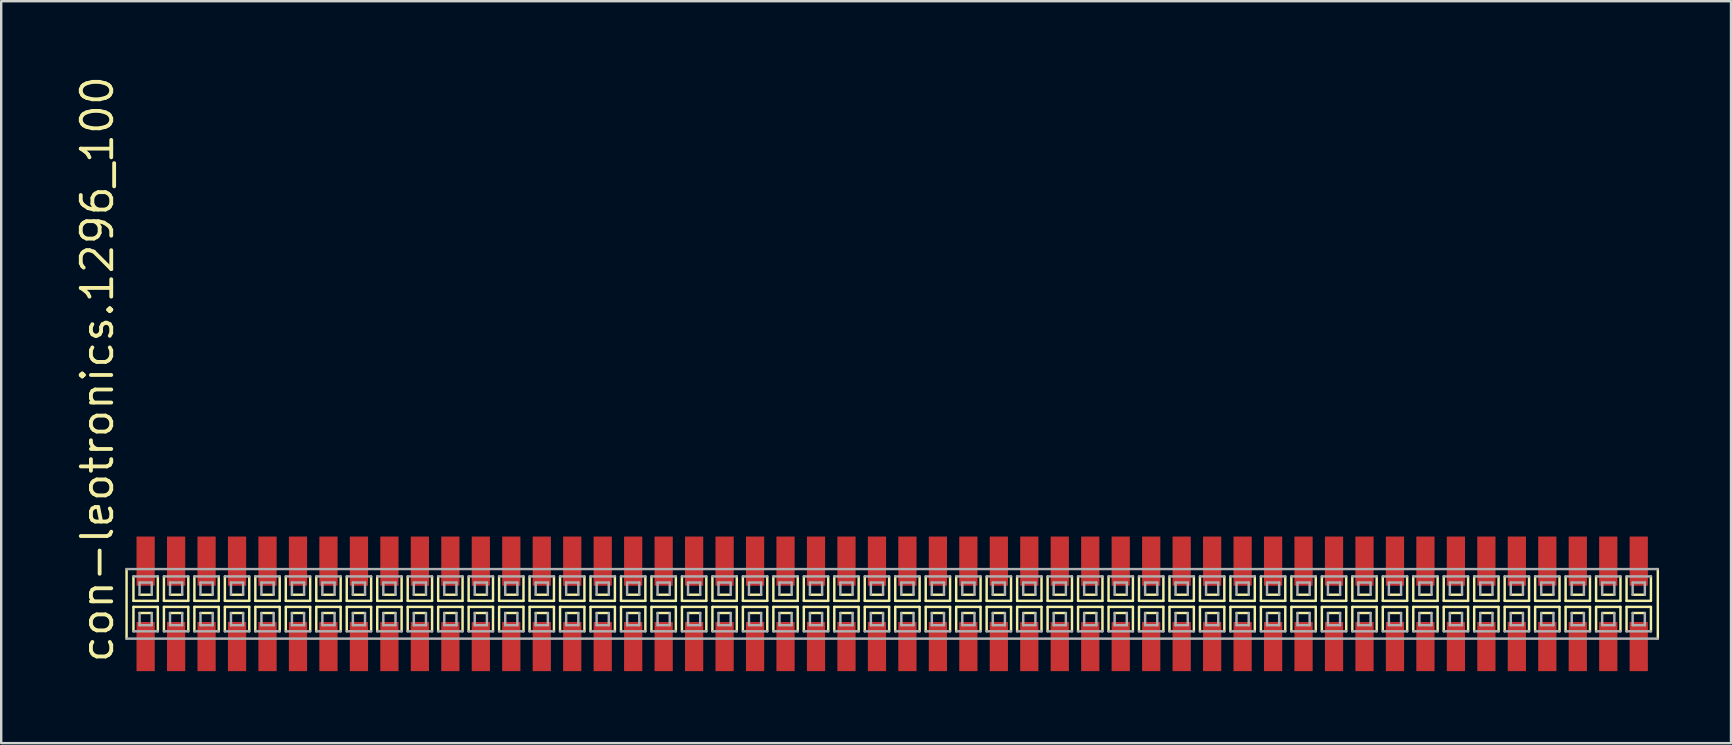
<source format=kicad_pcb>
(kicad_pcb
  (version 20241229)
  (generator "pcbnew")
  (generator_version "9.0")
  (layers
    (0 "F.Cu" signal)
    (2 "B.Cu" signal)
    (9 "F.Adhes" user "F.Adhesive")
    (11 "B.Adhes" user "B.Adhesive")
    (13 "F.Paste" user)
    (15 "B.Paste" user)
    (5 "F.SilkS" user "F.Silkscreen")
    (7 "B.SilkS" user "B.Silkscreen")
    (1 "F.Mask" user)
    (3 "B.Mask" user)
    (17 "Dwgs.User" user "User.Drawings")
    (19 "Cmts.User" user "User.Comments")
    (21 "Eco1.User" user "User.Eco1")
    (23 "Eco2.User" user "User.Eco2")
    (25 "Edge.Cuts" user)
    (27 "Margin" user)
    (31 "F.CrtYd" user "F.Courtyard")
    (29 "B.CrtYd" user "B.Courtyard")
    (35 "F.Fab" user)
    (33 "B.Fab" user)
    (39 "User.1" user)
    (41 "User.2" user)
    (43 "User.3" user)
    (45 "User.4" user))
  (footprint "con-leotronics.1296_100"
    (layer "F.Cu")
    (at 34.135 22.118)
    (property "Reference" "con-leotronics.1296_100" (at -32.385 2.54 90) (layer "F.SilkS") (effects (font (size 1.27 1.27) (thickness 0.16)) (justify left bottom)))
    (attr smd)
    (fp_line (start -31.91 -1.45) (end -31.91 1.45) (stroke (width 0.102) (type default)) (layer "F.SilkS"))
    (fp_line (start -31.623 -1.143) (end -31.623 -0.127) (stroke (width 0.102) (type default)) (layer "F.SilkS"))
    (fp_line (start -31.623 -0.127) (end -30.607 -0.127) (stroke (width 0.102) (type default)) (layer "F.SilkS"))
    (fp_line (start -31.623 0.127) (end -31.623 1.143) (stroke (width 0.102) (type default)) (layer "F.SilkS"))
    (fp_line (start -31.369 -0.381) (end -30.861 -0.381) (stroke (width 0.102) (type default)) (layer "F.SilkS"))
    (fp_line (start -30.861 0.381) (end -31.369 0.381) (stroke (width 0.102) (type default)) (layer "F.SilkS"))
    (fp_line (start -30.607 -0.127) (end -30.607 -1.143) (stroke (width 0.102) (type default)) (layer "F.SilkS"))
    (fp_line (start -30.607 0.127) (end -31.623 0.127) (stroke (width 0.102) (type default)) (layer "F.SilkS"))
    (fp_line (start -30.607 1.143) (end -30.607 0.127) (stroke (width 0.102) (type default)) (layer "F.SilkS"))
    (fp_line (start -30.353 -1.143) (end -30.353 -0.127) (stroke (width 0.102) (type default)) (layer "F.SilkS"))
    (fp_line (start -30.353 -0.127) (end -29.337 -0.127) (stroke (width 0.102) (type default)) (layer "F.SilkS"))
    (fp_line (start -30.353 0.127) (end -30.353 1.143) (stroke (width 0.102) (type default)) (layer "F.SilkS"))
    (fp_line (start -30.099 -0.381) (end -29.591 -0.381) (stroke (width 0.102) (type default)) (layer "F.SilkS"))
    (fp_line (start -29.591 0.381) (end -30.099 0.381) (stroke (width 0.102) (type default)) (layer "F.SilkS"))
    (fp_line (start -29.337 -0.127) (end -29.337 -1.143) (stroke (width 0.102) (type default)) (layer "F.SilkS"))
    (fp_line (start -29.337 0.127) (end -30.353 0.127) (stroke (width 0.102) (type default)) (layer "F.SilkS"))
    (fp_line (start -29.337 1.143) (end -29.337 0.127) (stroke (width 0.102) (type default)) (layer "F.SilkS"))
    (fp_line (start -29.083 -1.143) (end -29.083 -0.127) (stroke (width 0.102) (type default)) (layer "F.SilkS"))
    (fp_line (start -29.083 -0.127) (end -28.067 -0.127) (stroke (width 0.102) (type default)) (layer "F.SilkS"))
    (fp_line (start -29.083 0.127) (end -29.083 1.143) (stroke (width 0.102) (type default)) (layer "F.SilkS"))
    (fp_line (start -28.829 -0.381) (end -28.321 -0.381) (stroke (width 0.102) (type default)) (layer "F.SilkS"))
    (fp_line (start -28.321 0.381) (end -28.829 0.381) (stroke (width 0.102) (type default)) (layer "F.SilkS"))
    (fp_line (start -28.067 -0.127) (end -28.067 -1.143) (stroke (width 0.102) (type default)) (layer "F.SilkS"))
    (fp_line (start -28.067 0.127) (end -29.083 0.127) (stroke (width 0.102) (type default)) (layer "F.SilkS"))
    (fp_line (start -28.067 1.143) (end -28.067 0.127) (stroke (width 0.102) (type default)) (layer "F.SilkS"))
    (fp_line (start -27.813 -1.143) (end -27.813 -0.127) (stroke (width 0.102) (type default)) (layer "F.SilkS"))
    (fp_line (start -27.813 -0.127) (end -26.797 -0.127) (stroke (width 0.102) (type default)) (layer "F.SilkS"))
    (fp_line (start -27.813 0.127) (end -27.813 1.143) (stroke (width 0.102) (type default)) (layer "F.SilkS"))
    (fp_line (start -27.559 -0.381) (end -27.051 -0.381) (stroke (width 0.102) (type default)) (layer "F.SilkS"))
    (fp_line (start -27.051 0.381) (end -27.559 0.381) (stroke (width 0.102) (type default)) (layer "F.SilkS"))
    (fp_line (start -26.797 -0.127) (end -26.797 -1.143) (stroke (width 0.102) (type default)) (layer "F.SilkS"))
    (fp_line (start -26.797 0.127) (end -27.813 0.127) (stroke (width 0.102) (type default)) (layer "F.SilkS"))
    (fp_line (start -26.797 1.143) (end -26.797 0.127) (stroke (width 0.102) (type default)) (layer "F.SilkS"))
    (fp_line (start -26.543 -1.143) (end -26.543 -0.127) (stroke (width 0.102) (type default)) (layer "F.SilkS"))
    (fp_line (start -26.543 -0.127) (end -25.527 -0.127) (stroke (width 0.102) (type default)) (layer "F.SilkS"))
    (fp_line (start -26.543 0.127) (end -26.543 1.143) (stroke (width 0.102) (type default)) (layer "F.SilkS"))
    (fp_line (start -26.289 -0.381) (end -25.781 -0.381) (stroke (width 0.102) (type default)) (layer "F.SilkS"))
    (fp_line (start -25.781 0.381) (end -26.289 0.381) (stroke (width 0.102) (type default)) (layer "F.SilkS"))
    (fp_line (start -25.527 -0.127) (end -25.527 -1.143) (stroke (width 0.102) (type default)) (layer "F.SilkS"))
    (fp_line (start -25.527 0.127) (end -26.543 0.127) (stroke (width 0.102) (type default)) (layer "F.SilkS"))
    (fp_line (start -25.527 1.143) (end -25.527 0.127) (stroke (width 0.102) (type default)) (layer "F.SilkS"))
    (fp_line (start -25.273 -1.143) (end -25.273 -0.127) (stroke (width 0.102) (type default)) (layer "F.SilkS"))
    (fp_line (start -25.273 -0.127) (end -24.257 -0.127) (stroke (width 0.102) (type default)) (layer "F.SilkS"))
    (fp_line (start -25.273 0.127) (end -25.273 1.143) (stroke (width 0.102) (type default)) (layer "F.SilkS"))
    (fp_line (start -25.019 -0.381) (end -24.511 -0.381) (stroke (width 0.102) (type default)) (layer "F.SilkS"))
    (fp_line (start -24.511 0.381) (end -25.019 0.381) (stroke (width 0.102) (type default)) (layer "F.SilkS"))
    (fp_line (start -24.257 -0.127) (end -24.257 -1.143) (stroke (width 0.102) (type default)) (layer "F.SilkS"))
    (fp_line (start -24.257 0.127) (end -25.273 0.127) (stroke (width 0.102) (type default)) (layer "F.SilkS"))
    (fp_line (start -24.257 1.143) (end -24.257 0.127) (stroke (width 0.102) (type default)) (layer "F.SilkS"))
    (fp_line (start -24.003 -1.143) (end -24.003 -0.127) (stroke (width 0.102) (type default)) (layer "F.SilkS"))
    (fp_line (start -24.003 -0.127) (end -22.987 -0.127) (stroke (width 0.102) (type default)) (layer "F.SilkS"))
    (fp_line (start -24.003 0.127) (end -24.003 1.143) (stroke (width 0.102) (type default)) (layer "F.SilkS"))
    (fp_line (start -23.749 -0.381) (end -23.241 -0.381) (stroke (width 0.102) (type default)) (layer "F.SilkS"))
    (fp_line (start -23.241 0.381) (end -23.749 0.381) (stroke (width 0.102) (type default)) (layer "F.SilkS"))
    (fp_line (start -22.987 -0.127) (end -22.987 -1.143) (stroke (width 0.102) (type default)) (layer "F.SilkS"))
    (fp_line (start -22.987 0.127) (end -24.003 0.127) (stroke (width 0.102) (type default)) (layer "F.SilkS"))
    (fp_line (start -22.987 1.143) (end -22.987 0.127) (stroke (width 0.102) (type default)) (layer "F.SilkS"))
    (fp_line (start -22.733 -1.143) (end -22.733 -0.127) (stroke (width 0.102) (type default)) (layer "F.SilkS"))
    (fp_line (start -22.733 -0.127) (end -21.717 -0.127) (stroke (width 0.102) (type default)) (layer "F.SilkS"))
    (fp_line (start -22.733 0.127) (end -22.733 1.143) (stroke (width 0.102) (type default)) (layer "F.SilkS"))
    (fp_line (start -22.479 -0.381) (end -21.971 -0.381) (stroke (width 0.102) (type default)) (layer "F.SilkS"))
    (fp_line (start -21.971 0.381) (end -22.479 0.381) (stroke (width 0.102) (type default)) (layer "F.SilkS"))
    (fp_line (start -21.717 -0.127) (end -21.717 -1.143) (stroke (width 0.102) (type default)) (layer "F.SilkS"))
    (fp_line (start -21.717 0.127) (end -22.733 0.127) (stroke (width 0.102) (type default)) (layer "F.SilkS"))
    (fp_line (start -21.717 1.143) (end -21.717 0.127) (stroke (width 0.102) (type default)) (layer "F.SilkS"))
    (fp_line (start -21.463 -1.143) (end -21.463 -0.127) (stroke (width 0.102) (type default)) (layer "F.SilkS"))
    (fp_line (start -21.463 -0.127) (end -20.447 -0.127) (stroke (width 0.102) (type default)) (layer "F.SilkS"))
    (fp_line (start -21.463 0.127) (end -21.463 1.143) (stroke (width 0.102) (type default)) (layer "F.SilkS"))
    (fp_line (start -21.209 -0.381) (end -20.701 -0.381) (stroke (width 0.102) (type default)) (layer "F.SilkS"))
    (fp_line (start -20.701 0.381) (end -21.209 0.381) (stroke (width 0.102) (type default)) (layer "F.SilkS"))
    (fp_line (start -20.447 -0.127) (end -20.447 -1.143) (stroke (width 0.102) (type default)) (layer "F.SilkS"))
    (fp_line (start -20.447 0.127) (end -21.463 0.127) (stroke (width 0.102) (type default)) (layer "F.SilkS"))
    (fp_line (start -20.447 1.143) (end -20.447 0.127) (stroke (width 0.102) (type default)) (layer "F.SilkS"))
    (fp_line (start -20.193 -1.143) (end -20.193 -0.127) (stroke (width 0.102) (type default)) (layer "F.SilkS"))
    (fp_line (start -20.193 -0.127) (end -19.177 -0.127) (stroke (width 0.102) (type default)) (layer "F.SilkS"))
    (fp_line (start -20.193 0.127) (end -20.193 1.143) (stroke (width 0.102) (type default)) (layer "F.SilkS"))
    (fp_line (start -19.939 -0.381) (end -19.431 -0.381) (stroke (width 0.102) (type default)) (layer "F.SilkS"))
    (fp_line (start -19.431 0.381) (end -19.939 0.381) (stroke (width 0.102) (type default)) (layer "F.SilkS"))
    (fp_line (start -19.177 -0.127) (end -19.177 -1.143) (stroke (width 0.102) (type default)) (layer "F.SilkS"))
    (fp_line (start -19.177 0.127) (end -20.193 0.127) (stroke (width 0.102) (type default)) (layer "F.SilkS"))
    (fp_line (start -19.177 1.143) (end -19.177 0.127) (stroke (width 0.102) (type default)) (layer "F.SilkS"))
    (fp_line (start -18.923 -1.143) (end -18.923 -0.127) (stroke (width 0.102) (type default)) (layer "F.SilkS"))
    (fp_line (start -18.923 -0.127) (end -17.907 -0.127) (stroke (width 0.102) (type default)) (layer "F.SilkS"))
    (fp_line (start -18.923 0.127) (end -18.923 1.143) (stroke (width 0.102) (type default)) (layer "F.SilkS"))
    (fp_line (start -18.669 -0.381) (end -18.161 -0.381) (stroke (width 0.102) (type default)) (layer "F.SilkS"))
    (fp_line (start -18.161 0.381) (end -18.669 0.381) (stroke (width 0.102) (type default)) (layer "F.SilkS"))
    (fp_line (start -17.907 -0.127) (end -17.907 -1.143) (stroke (width 0.102) (type default)) (layer "F.SilkS"))
    (fp_line (start -17.907 0.127) (end -18.923 0.127) (stroke (width 0.102) (type default)) (layer "F.SilkS"))
    (fp_line (start -17.907 1.143) (end -17.907 0.127) (stroke (width 0.102) (type default)) (layer "F.SilkS"))
    (fp_line (start -17.653 -1.143) (end -17.653 -0.127) (stroke (width 0.102) (type default)) (layer "F.SilkS"))
    (fp_line (start -17.653 -0.127) (end -16.637 -0.127) (stroke (width 0.102) (type default)) (layer "F.SilkS"))
    (fp_line (start -17.653 0.127) (end -17.653 1.143) (stroke (width 0.102) (type default)) (layer "F.SilkS"))
    (fp_line (start -17.399 -0.381) (end -16.891 -0.381) (stroke (width 0.102) (type default)) (layer "F.SilkS"))
    (fp_line (start -16.891 0.381) (end -17.399 0.381) (stroke (width 0.102) (type default)) (layer "F.SilkS"))
    (fp_line (start -16.637 -0.127) (end -16.637 -1.143) (stroke (width 0.102) (type default)) (layer "F.SilkS"))
    (fp_line (start -16.637 0.127) (end -17.653 0.127) (stroke (width 0.102) (type default)) (layer "F.SilkS"))
    (fp_line (start -16.637 1.143) (end -16.637 0.127) (stroke (width 0.102) (type default)) (layer "F.SilkS"))
    (fp_line (start -16.383 -1.143) (end -16.383 -0.127) (stroke (width 0.102) (type default)) (layer "F.SilkS"))
    (fp_line (start -16.383 -0.127) (end -15.367 -0.127) (stroke (width 0.102) (type default)) (layer "F.SilkS"))
    (fp_line (start -16.383 0.127) (end -16.383 1.143) (stroke (width 0.102) (type default)) (layer "F.SilkS"))
    (fp_line (start -16.129 -0.381) (end -15.621 -0.381) (stroke (width 0.102) (type default)) (layer "F.SilkS"))
    (fp_line (start -15.621 0.381) (end -16.129 0.381) (stroke (width 0.102) (type default)) (layer "F.SilkS"))
    (fp_line (start -15.367 -0.127) (end -15.367 -1.143) (stroke (width 0.102) (type default)) (layer "F.SilkS"))
    (fp_line (start -15.367 0.127) (end -16.383 0.127) (stroke (width 0.102) (type default)) (layer "F.SilkS"))
    (fp_line (start -15.367 1.143) (end -15.367 0.127) (stroke (width 0.102) (type default)) (layer "F.SilkS"))
    (fp_line (start -15.113 -1.143) (end -15.113 -0.127) (stroke (width 0.102) (type default)) (layer "F.SilkS"))
    (fp_line (start -15.113 -0.127) (end -14.097 -0.127) (stroke (width 0.102) (type default)) (layer "F.SilkS"))
    (fp_line (start -15.113 0.127) (end -15.113 1.143) (stroke (width 0.102) (type default)) (layer "F.SilkS"))
    (fp_line (start -14.859 -0.381) (end -14.351 -0.381) (stroke (width 0.102) (type default)) (layer "F.SilkS"))
    (fp_line (start -14.351 0.381) (end -14.859 0.381) (stroke (width 0.102) (type default)) (layer "F.SilkS"))
    (fp_line (start -14.097 -0.127) (end -14.097 -1.143) (stroke (width 0.102) (type default)) (layer "F.SilkS"))
    (fp_line (start -14.097 0.127) (end -15.113 0.127) (stroke (width 0.102) (type default)) (layer "F.SilkS"))
    (fp_line (start -14.097 1.143) (end -14.097 0.127) (stroke (width 0.102) (type default)) (layer "F.SilkS"))
    (fp_line (start -13.843 -1.143) (end -13.843 -0.127) (stroke (width 0.102) (type default)) (layer "F.SilkS"))
    (fp_line (start -13.843 -0.127) (end -12.827 -0.127) (stroke (width 0.102) (type default)) (layer "F.SilkS"))
    (fp_line (start -13.843 0.127) (end -13.843 1.143) (stroke (width 0.102) (type default)) (layer "F.SilkS"))
    (fp_line (start -13.589 -0.381) (end -13.081 -0.381) (stroke (width 0.102) (type default)) (layer "F.SilkS"))
    (fp_line (start -13.081 0.381) (end -13.589 0.381) (stroke (width 0.102) (type default)) (layer "F.SilkS"))
    (fp_line (start -12.827 -0.127) (end -12.827 -1.143) (stroke (width 0.102) (type default)) (layer "F.SilkS"))
    (fp_line (start -12.827 0.127) (end -13.843 0.127) (stroke (width 0.102) (type default)) (layer "F.SilkS"))
    (fp_line (start -12.827 1.143) (end -12.827 0.127) (stroke (width 0.102) (type default)) (layer "F.SilkS"))
    (fp_line (start -12.573 -1.143) (end -12.573 -0.127) (stroke (width 0.102) (type default)) (layer "F.SilkS"))
    (fp_line (start -12.573 -0.127) (end -11.557 -0.127) (stroke (width 0.102) (type default)) (layer "F.SilkS"))
    (fp_line (start -12.573 0.127) (end -12.573 1.143) (stroke (width 0.102) (type default)) (layer "F.SilkS"))
    (fp_line (start -12.319 -0.381) (end -11.811 -0.381) (stroke (width 0.102) (type default)) (layer "F.SilkS"))
    (fp_line (start -11.811 0.381) (end -12.319 0.381) (stroke (width 0.102) (type default)) (layer "F.SilkS"))
    (fp_line (start -11.557 -0.127) (end -11.557 -1.143) (stroke (width 0.102) (type default)) (layer "F.SilkS"))
    (fp_line (start -11.557 0.127) (end -12.573 0.127) (stroke (width 0.102) (type default)) (layer "F.SilkS"))
    (fp_line (start -11.557 1.143) (end -11.557 0.127) (stroke (width 0.102) (type default)) (layer "F.SilkS"))
    (fp_line (start -11.303 -1.143) (end -11.303 -0.127) (stroke (width 0.102) (type default)) (layer "F.SilkS"))
    (fp_line (start -11.303 -0.127) (end -10.287 -0.127) (stroke (width 0.102) (type default)) (layer "F.SilkS"))
    (fp_line (start -11.303 0.127) (end -11.303 1.143) (stroke (width 0.102) (type default)) (layer "F.SilkS"))
    (fp_line (start -11.049 -0.381) (end -10.541 -0.381) (stroke (width 0.102) (type default)) (layer "F.SilkS"))
    (fp_line (start -10.541 0.381) (end -11.049 0.381) (stroke (width 0.102) (type default)) (layer "F.SilkS"))
    (fp_line (start -10.287 -0.127) (end -10.287 -1.143) (stroke (width 0.102) (type default)) (layer "F.SilkS"))
    (fp_line (start -10.287 0.127) (end -11.303 0.127) (stroke (width 0.102) (type default)) (layer "F.SilkS"))
    (fp_line (start -10.287 1.143) (end -10.287 0.127) (stroke (width 0.102) (type default)) (layer "F.SilkS"))
    (fp_line (start -10.033 -1.143) (end -10.033 -0.127) (stroke (width 0.102) (type default)) (layer "F.SilkS"))
    (fp_line (start -10.033 -0.127) (end -9.017 -0.127) (stroke (width 0.102) (type default)) (layer "F.SilkS"))
    (fp_line (start -10.033 0.127) (end -10.033 1.143) (stroke (width 0.102) (type default)) (layer "F.SilkS"))
    (fp_line (start -9.779 -0.381) (end -9.271 -0.381) (stroke (width 0.102) (type default)) (layer "F.SilkS"))
    (fp_line (start -9.271 0.381) (end -9.779 0.381) (stroke (width 0.102) (type default)) (layer "F.SilkS"))
    (fp_line (start -9.017 -0.127) (end -9.017 -1.143) (stroke (width 0.102) (type default)) (layer "F.SilkS"))
    (fp_line (start -9.017 0.127) (end -10.033 0.127) (stroke (width 0.102) (type default)) (layer "F.SilkS"))
    (fp_line (start -9.017 1.143) (end -9.017 0.127) (stroke (width 0.102) (type default)) (layer "F.SilkS"))
    (fp_line (start -8.763 -1.143) (end -8.763 -0.127) (stroke (width 0.102) (type default)) (layer "F.SilkS"))
    (fp_line (start -8.763 -0.127) (end -7.747 -0.127) (stroke (width 0.102) (type default)) (layer "F.SilkS"))
    (fp_line (start -8.763 0.127) (end -8.763 1.143) (stroke (width 0.102) (type default)) (layer "F.SilkS"))
    (fp_line (start -8.509 -0.381) (end -8.001 -0.381) (stroke (width 0.102) (type default)) (layer "F.SilkS"))
    (fp_line (start -8.001 0.381) (end -8.509 0.381) (stroke (width 0.102) (type default)) (layer "F.SilkS"))
    (fp_line (start -7.747 -0.127) (end -7.747 -1.143) (stroke (width 0.102) (type default)) (layer "F.SilkS"))
    (fp_line (start -7.747 0.127) (end -8.763 0.127) (stroke (width 0.102) (type default)) (layer "F.SilkS"))
    (fp_line (start -7.747 1.143) (end -7.747 0.127) (stroke (width 0.102) (type default)) (layer "F.SilkS"))
    (fp_line (start -7.493 -1.143) (end -7.493 -0.127) (stroke (width 0.102) (type default)) (layer "F.SilkS"))
    (fp_line (start -7.493 -0.127) (end -6.477 -0.127) (stroke (width 0.102) (type default)) (layer "F.SilkS"))
    (fp_line (start -7.493 0.127) (end -7.493 1.143) (stroke (width 0.102) (type default)) (layer "F.SilkS"))
    (fp_line (start -7.239 -0.381) (end -6.731 -0.381) (stroke (width 0.102) (type default)) (layer "F.SilkS"))
    (fp_line (start -6.731 0.381) (end -7.239 0.381) (stroke (width 0.102) (type default)) (layer "F.SilkS"))
    (fp_line (start -6.477 -0.127) (end -6.477 -1.143) (stroke (width 0.102) (type default)) (layer "F.SilkS"))
    (fp_line (start -6.477 0.127) (end -7.493 0.127) (stroke (width 0.102) (type default)) (layer "F.SilkS"))
    (fp_line (start -6.477 1.143) (end -6.477 0.127) (stroke (width 0.102) (type default)) (layer "F.SilkS"))
    (fp_line (start -6.223 -1.143) (end -6.223 -0.127) (stroke (width 0.102) (type default)) (layer "F.SilkS"))
    (fp_line (start -6.223 -0.127) (end -5.207 -0.127) (stroke (width 0.102) (type default)) (layer "F.SilkS"))
    (fp_line (start -6.223 0.127) (end -6.223 1.143) (stroke (width 0.102) (type default)) (layer "F.SilkS"))
    (fp_line (start -5.969 -0.381) (end -5.461 -0.381) (stroke (width 0.102) (type default)) (layer "F.SilkS"))
    (fp_line (start -5.461 0.381) (end -5.969 0.381) (stroke (width 0.102) (type default)) (layer "F.SilkS"))
    (fp_line (start -5.207 -0.127) (end -5.207 -1.143) (stroke (width 0.102) (type default)) (layer "F.SilkS"))
    (fp_line (start -5.207 0.127) (end -6.223 0.127) (stroke (width 0.102) (type default)) (layer "F.SilkS"))
    (fp_line (start -5.207 1.143) (end -5.207 0.127) (stroke (width 0.102) (type default)) (layer "F.SilkS"))
    (fp_line (start -4.953 -1.143) (end -4.953 -0.127) (stroke (width 0.102) (type default)) (layer "F.SilkS"))
    (fp_line (start -4.953 -0.127) (end -3.937 -0.127) (stroke (width 0.102) (type default)) (layer "F.SilkS"))
    (fp_line (start -4.953 0.127) (end -4.953 1.143) (stroke (width 0.102) (type default)) (layer "F.SilkS"))
    (fp_line (start -4.699 -0.381) (end -4.191 -0.381) (stroke (width 0.102) (type default)) (layer "F.SilkS"))
    (fp_line (start -4.191 0.381) (end -4.699 0.381) (stroke (width 0.102) (type default)) (layer "F.SilkS"))
    (fp_line (start -3.937 -0.127) (end -3.937 -1.143) (stroke (width 0.102) (type default)) (layer "F.SilkS"))
    (fp_line (start -3.937 0.127) (end -4.953 0.127) (stroke (width 0.102) (type default)) (layer "F.SilkS"))
    (fp_line (start -3.937 1.143) (end -3.937 0.127) (stroke (width 0.102) (type default)) (layer "F.SilkS"))
    (fp_line (start -3.683 -1.143) (end -3.683 -0.127) (stroke (width 0.102) (type default)) (layer "F.SilkS"))
    (fp_line (start -3.683 -0.127) (end -2.667 -0.127) (stroke (width 0.102) (type default)) (layer "F.SilkS"))
    (fp_line (start -3.683 0.127) (end -3.683 1.143) (stroke (width 0.102) (type default)) (layer "F.SilkS"))
    (fp_line (start -3.429 -0.381) (end -2.921 -0.381) (stroke (width 0.102) (type default)) (layer "F.SilkS"))
    (fp_line (start -2.921 0.381) (end -3.429 0.381) (stroke (width 0.102) (type default)) (layer "F.SilkS"))
    (fp_line (start -2.667 -0.127) (end -2.667 -1.143) (stroke (width 0.102) (type default)) (layer "F.SilkS"))
    (fp_line (start -2.667 0.127) (end -3.683 0.127) (stroke (width 0.102) (type default)) (layer "F.SilkS"))
    (fp_line (start -2.667 1.143) (end -2.667 0.127) (stroke (width 0.102) (type default)) (layer "F.SilkS"))
    (fp_line (start -2.413 -1.143) (end -2.413 -0.127) (stroke (width 0.102) (type default)) (layer "F.SilkS"))
    (fp_line (start -2.413 -0.127) (end -1.397 -0.127) (stroke (width 0.102) (type default)) (layer "F.SilkS"))
    (fp_line (start -2.413 0.127) (end -2.413 1.143) (stroke (width 0.102) (type default)) (layer "F.SilkS"))
    (fp_line (start -2.159 -0.381) (end -1.651 -0.381) (stroke (width 0.102) (type default)) (layer "F.SilkS"))
    (fp_line (start -1.651 0.381) (end -2.159 0.381) (stroke (width 0.102) (type default)) (layer "F.SilkS"))
    (fp_line (start -1.397 -0.127) (end -1.397 -1.143) (stroke (width 0.102) (type default)) (layer "F.SilkS"))
    (fp_line (start -1.397 0.127) (end -2.413 0.127) (stroke (width 0.102) (type default)) (layer "F.SilkS"))
    (fp_line (start -1.397 1.143) (end -1.397 0.127) (stroke (width 0.102) (type default)) (layer "F.SilkS"))
    (fp_line (start -1.143 -1.143) (end -1.143 -0.127) (stroke (width 0.102) (type default)) (layer "F.SilkS"))
    (fp_line (start -1.143 -0.127) (end -0.127 -0.127) (stroke (width 0.102) (type default)) (layer "F.SilkS"))
    (fp_line (start -1.143 0.127) (end -1.143 1.143) (stroke (width 0.102) (type default)) (layer "F.SilkS"))
    (fp_line (start -0.889 -0.381) (end -0.381 -0.381) (stroke (width 0.102) (type default)) (layer "F.SilkS"))
    (fp_line (start -0.381 0.381) (end -0.889 0.381) (stroke (width 0.102) (type default)) (layer "F.SilkS"))
    (fp_line (start -0.127 -0.127) (end -0.127 -1.143) (stroke (width 0.102) (type default)) (layer "F.SilkS"))
    (fp_line (start -0.127 0.127) (end -1.143 0.127) (stroke (width 0.102) (type default)) (layer "F.SilkS"))
    (fp_line (start -0.127 1.143) (end -0.127 0.127) (stroke (width 0.102) (type default)) (layer "F.SilkS"))
    (fp_line (start 0.127 -1.143) (end 0.127 -0.127) (stroke (width 0.102) (type default)) (layer "F.SilkS"))
    (fp_line (start 0.127 -0.127) (end 1.143 -0.127) (stroke (width 0.102) (type default)) (layer "F.SilkS"))
    (fp_line (start 0.127 0.127) (end 0.127 1.143) (stroke (width 0.102) (type default)) (layer "F.SilkS"))
    (fp_line (start 0.381 -0.381) (end 0.889 -0.381) (stroke (width 0.102) (type default)) (layer "F.SilkS"))
    (fp_line (start 0.889 0.381) (end 0.381 0.381) (stroke (width 0.102) (type default)) (layer "F.SilkS"))
    (fp_line (start 1.143 -0.127) (end 1.143 -1.143) (stroke (width 0.102) (type default)) (layer "F.SilkS"))
    (fp_line (start 1.143 0.127) (end 0.127 0.127) (stroke (width 0.102) (type default)) (layer "F.SilkS"))
    (fp_line (start 1.143 1.143) (end 1.143 0.127) (stroke (width 0.102) (type default)) (layer "F.SilkS"))
    (fp_line (start 1.397 -1.143) (end 1.397 -0.127) (stroke (width 0.102) (type default)) (layer "F.SilkS"))
    (fp_line (start 1.397 -0.127) (end 2.413 -0.127) (stroke (width 0.102) (type default)) (layer "F.SilkS"))
    (fp_line (start 1.397 0.127) (end 1.397 1.143) (stroke (width 0.102) (type default)) (layer "F.SilkS"))
    (fp_line (start 1.651 -0.381) (end 2.159 -0.381) (stroke (width 0.102) (type default)) (layer "F.SilkS"))
    (fp_line (start 2.159 0.381) (end 1.651 0.381) (stroke (width 0.102) (type default)) (layer "F.SilkS"))
    (fp_line (start 2.413 -0.127) (end 2.413 -1.143) (stroke (width 0.102) (type default)) (layer "F.SilkS"))
    (fp_line (start 2.413 0.127) (end 1.397 0.127) (stroke (width 0.102) (type default)) (layer "F.SilkS"))
    (fp_line (start 2.413 1.143) (end 2.413 0.127) (stroke (width 0.102) (type default)) (layer "F.SilkS"))
    (fp_line (start 2.667 -1.143) (end 2.667 -0.127) (stroke (width 0.102) (type default)) (layer "F.SilkS"))
    (fp_line (start 2.667 -0.127) (end 3.683 -0.127) (stroke (width 0.102) (type default)) (layer "F.SilkS"))
    (fp_line (start 2.667 0.127) (end 2.667 1.143) (stroke (width 0.102) (type default)) (layer "F.SilkS"))
    (fp_line (start 2.921 -0.381) (end 3.429 -0.381) (stroke (width 0.102) (type default)) (layer "F.SilkS"))
    (fp_line (start 3.429 0.381) (end 2.921 0.381) (stroke (width 0.102) (type default)) (layer "F.SilkS"))
    (fp_line (start 3.683 -0.127) (end 3.683 -1.143) (stroke (width 0.102) (type default)) (layer "F.SilkS"))
    (fp_line (start 3.683 0.127) (end 2.667 0.127) (stroke (width 0.102) (type default)) (layer "F.SilkS"))
    (fp_line (start 3.683 1.143) (end 3.683 0.127) (stroke (width 0.102) (type default)) (layer "F.SilkS"))
    (fp_line (start 3.937 -1.143) (end 3.937 -0.127) (stroke (width 0.102) (type default)) (layer "F.SilkS"))
    (fp_line (start 3.937 -0.127) (end 4.953 -0.127) (stroke (width 0.102) (type default)) (layer "F.SilkS"))
    (fp_line (start 3.937 0.127) (end 3.937 1.143) (stroke (width 0.102) (type default)) (layer "F.SilkS"))
    (fp_line (start 4.191 -0.381) (end 4.699 -0.381) (stroke (width 0.102) (type default)) (layer "F.SilkS"))
    (fp_line (start 4.699 0.381) (end 4.191 0.381) (stroke (width 0.102) (type default)) (layer "F.SilkS"))
    (fp_line (start 4.953 -0.127) (end 4.953 -1.143) (stroke (width 0.102) (type default)) (layer "F.SilkS"))
    (fp_line (start 4.953 0.127) (end 3.937 0.127) (stroke (width 0.102) (type default)) (layer "F.SilkS"))
    (fp_line (start 4.953 1.143) (end 4.953 0.127) (stroke (width 0.102) (type default)) (layer "F.SilkS"))
    (fp_line (start 5.207 -1.143) (end 5.207 -0.127) (stroke (width 0.102) (type default)) (layer "F.SilkS"))
    (fp_line (start 5.207 -0.127) (end 6.223 -0.127) (stroke (width 0.102) (type default)) (layer "F.SilkS"))
    (fp_line (start 5.207 0.127) (end 5.207 1.143) (stroke (width 0.102) (type default)) (layer "F.SilkS"))
    (fp_line (start 5.461 -0.381) (end 5.969 -0.381) (stroke (width 0.102) (type default)) (layer "F.SilkS"))
    (fp_line (start 5.969 0.381) (end 5.461 0.381) (stroke (width 0.102) (type default)) (layer "F.SilkS"))
    (fp_line (start 6.223 -0.127) (end 6.223 -1.143) (stroke (width 0.102) (type default)) (layer "F.SilkS"))
    (fp_line (start 6.223 0.127) (end 5.207 0.127) (stroke (width 0.102) (type default)) (layer "F.SilkS"))
    (fp_line (start 6.223 1.143) (end 6.223 0.127) (stroke (width 0.102) (type default)) (layer "F.SilkS"))
    (fp_line (start 6.477 -1.143) (end 6.477 -0.127) (stroke (width 0.102) (type default)) (layer "F.SilkS"))
    (fp_line (start 6.477 -0.127) (end 7.493 -0.127) (stroke (width 0.102) (type default)) (layer "F.SilkS"))
    (fp_line (start 6.477 0.127) (end 6.477 1.143) (stroke (width 0.102) (type default)) (layer "F.SilkS"))
    (fp_line (start 6.731 -0.381) (end 7.239 -0.381) (stroke (width 0.102) (type default)) (layer "F.SilkS"))
    (fp_line (start 7.239 0.381) (end 6.731 0.381) (stroke (width 0.102) (type default)) (layer "F.SilkS"))
    (fp_line (start 7.493 -0.127) (end 7.493 -1.143) (stroke (width 0.102) (type default)) (layer "F.SilkS"))
    (fp_line (start 7.493 0.127) (end 6.477 0.127) (stroke (width 0.102) (type default)) (layer "F.SilkS"))
    (fp_line (start 7.493 1.143) (end 7.493 0.127) (stroke (width 0.102) (type default)) (layer "F.SilkS"))
    (fp_line (start 7.747 -1.143) (end 7.747 -0.127) (stroke (width 0.102) (type default)) (layer "F.SilkS"))
    (fp_line (start 7.747 -0.127) (end 8.763 -0.127) (stroke (width 0.102) (type default)) (layer "F.SilkS"))
    (fp_line (start 7.747 0.127) (end 7.747 1.143) (stroke (width 0.102) (type default)) (layer "F.SilkS"))
    (fp_line (start 8.001 -0.381) (end 8.509 -0.381) (stroke (width 0.102) (type default)) (layer "F.SilkS"))
    (fp_line (start 8.509 0.381) (end 8.001 0.381) (stroke (width 0.102) (type default)) (layer "F.SilkS"))
    (fp_line (start 8.763 -0.127) (end 8.763 -1.143) (stroke (width 0.102) (type default)) (layer "F.SilkS"))
    (fp_line (start 8.763 0.127) (end 7.747 0.127) (stroke (width 0.102) (type default)) (layer "F.SilkS"))
    (fp_line (start 8.763 1.143) (end 8.763 0.127) (stroke (width 0.102) (type default)) (layer "F.SilkS"))
    (fp_line (start 9.017 -1.143) (end 9.017 -0.127) (stroke (width 0.102) (type default)) (layer "F.SilkS"))
    (fp_line (start 9.017 -0.127) (end 10.033 -0.127) (stroke (width 0.102) (type default)) (layer "F.SilkS"))
    (fp_line (start 9.017 0.127) (end 9.017 1.143) (stroke (width 0.102) (type default)) (layer "F.SilkS"))
    (fp_line (start 9.271 -0.381) (end 9.779 -0.381) (stroke (width 0.102) (type default)) (layer "F.SilkS"))
    (fp_line (start 9.779 0.381) (end 9.271 0.381) (stroke (width 0.102) (type default)) (layer "F.SilkS"))
    (fp_line (start 10.033 -0.127) (end 10.033 -1.143) (stroke (width 0.102) (type default)) (layer "F.SilkS"))
    (fp_line (start 10.033 0.127) (end 9.017 0.127) (stroke (width 0.102) (type default)) (layer "F.SilkS"))
    (fp_line (start 10.033 1.143) (end 10.033 0.127) (stroke (width 0.102) (type default)) (layer "F.SilkS"))
    (fp_line (start 10.287 -1.143) (end 10.287 -0.127) (stroke (width 0.102) (type default)) (layer "F.SilkS"))
    (fp_line (start 10.287 -0.127) (end 11.303 -0.127) (stroke (width 0.102) (type default)) (layer "F.SilkS"))
    (fp_line (start 10.287 0.127) (end 10.287 1.143) (stroke (width 0.102) (type default)) (layer "F.SilkS"))
    (fp_line (start 10.541 -0.381) (end 11.049 -0.381) (stroke (width 0.102) (type default)) (layer "F.SilkS"))
    (fp_line (start 11.049 0.381) (end 10.541 0.381) (stroke (width 0.102) (type default)) (layer "F.SilkS"))
    (fp_line (start 11.303 -0.127) (end 11.303 -1.143) (stroke (width 0.102) (type default)) (layer "F.SilkS"))
    (fp_line (start 11.303 0.127) (end 10.287 0.127) (stroke (width 0.102) (type default)) (layer "F.SilkS"))
    (fp_line (start 11.303 1.143) (end 11.303 0.127) (stroke (width 0.102) (type default)) (layer "F.SilkS"))
    (fp_line (start 11.557 -1.143) (end 11.557 -0.127) (stroke (width 0.102) (type default)) (layer "F.SilkS"))
    (fp_line (start 11.557 -0.127) (end 12.573 -0.127) (stroke (width 0.102) (type default)) (layer "F.SilkS"))
    (fp_line (start 11.557 0.127) (end 11.557 1.143) (stroke (width 0.102) (type default)) (layer "F.SilkS"))
    (fp_line (start 11.811 -0.381) (end 12.319 -0.381) (stroke (width 0.102) (type default)) (layer "F.SilkS"))
    (fp_line (start 12.319 0.381) (end 11.811 0.381) (stroke (width 0.102) (type default)) (layer "F.SilkS"))
    (fp_line (start 12.573 -0.127) (end 12.573 -1.143) (stroke (width 0.102) (type default)) (layer "F.SilkS"))
    (fp_line (start 12.573 0.127) (end 11.557 0.127) (stroke (width 0.102) (type default)) (layer "F.SilkS"))
    (fp_line (start 12.573 1.143) (end 12.573 0.127) (stroke (width 0.102) (type default)) (layer "F.SilkS"))
    (fp_line (start 12.827 -1.143) (end 12.827 -0.127) (stroke (width 0.102) (type default)) (layer "F.SilkS"))
    (fp_line (start 12.827 -0.127) (end 13.843 -0.127) (stroke (width 0.102) (type default)) (layer "F.SilkS"))
    (fp_line (start 12.827 0.127) (end 12.827 1.143) (stroke (width 0.102) (type default)) (layer "F.SilkS"))
    (fp_line (start 13.081 -0.381) (end 13.589 -0.381) (stroke (width 0.102) (type default)) (layer "F.SilkS"))
    (fp_line (start 13.589 0.381) (end 13.081 0.381) (stroke (width 0.102) (type default)) (layer "F.SilkS"))
    (fp_line (start 13.843 -0.127) (end 13.843 -1.143) (stroke (width 0.102) (type default)) (layer "F.SilkS"))
    (fp_line (start 13.843 0.127) (end 12.827 0.127) (stroke (width 0.102) (type default)) (layer "F.SilkS"))
    (fp_line (start 13.843 1.143) (end 13.843 0.127) (stroke (width 0.102) (type default)) (layer "F.SilkS"))
    (fp_line (start 14.097 -1.143) (end 14.097 -0.127) (stroke (width 0.102) (type default)) (layer "F.SilkS"))
    (fp_line (start 14.097 -0.127) (end 15.113 -0.127) (stroke (width 0.102) (type default)) (layer "F.SilkS"))
    (fp_line (start 14.097 0.127) (end 14.097 1.143) (stroke (width 0.102) (type default)) (layer "F.SilkS"))
    (fp_line (start 14.351 -0.381) (end 14.859 -0.381) (stroke (width 0.102) (type default)) (layer "F.SilkS"))
    (fp_line (start 14.859 0.381) (end 14.351 0.381) (stroke (width 0.102) (type default)) (layer "F.SilkS"))
    (fp_line (start 15.113 -0.127) (end 15.113 -1.143) (stroke (width 0.102) (type default)) (layer "F.SilkS"))
    (fp_line (start 15.113 0.127) (end 14.097 0.127) (stroke (width 0.102) (type default)) (layer "F.SilkS"))
    (fp_line (start 15.113 1.143) (end 15.113 0.127) (stroke (width 0.102) (type default)) (layer "F.SilkS"))
    (fp_line (start 15.367 -1.143) (end 15.367 -0.127) (stroke (width 0.102) (type default)) (layer "F.SilkS"))
    (fp_line (start 15.367 -0.127) (end 16.383 -0.127) (stroke (width 0.102) (type default)) (layer "F.SilkS"))
    (fp_line (start 15.367 0.127) (end 15.367 1.143) (stroke (width 0.102) (type default)) (layer "F.SilkS"))
    (fp_line (start 15.621 -0.381) (end 16.129 -0.381) (stroke (width 0.102) (type default)) (layer "F.SilkS"))
    (fp_line (start 16.129 0.381) (end 15.621 0.381) (stroke (width 0.102) (type default)) (layer "F.SilkS"))
    (fp_line (start 16.383 -0.127) (end 16.383 -1.143) (stroke (width 0.102) (type default)) (layer "F.SilkS"))
    (fp_line (start 16.383 0.127) (end 15.367 0.127) (stroke (width 0.102) (type default)) (layer "F.SilkS"))
    (fp_line (start 16.383 1.143) (end 16.383 0.127) (stroke (width 0.102) (type default)) (layer "F.SilkS"))
    (fp_line (start 16.637 -1.143) (end 16.637 -0.127) (stroke (width 0.102) (type default)) (layer "F.SilkS"))
    (fp_line (start 16.637 -0.127) (end 17.653 -0.127) (stroke (width 0.102) (type default)) (layer "F.SilkS"))
    (fp_line (start 16.637 0.127) (end 16.637 1.143) (stroke (width 0.102) (type default)) (layer "F.SilkS"))
    (fp_line (start 16.891 -0.381) (end 17.399 -0.381) (stroke (width 0.102) (type default)) (layer "F.SilkS"))
    (fp_line (start 17.399 0.381) (end 16.891 0.381) (stroke (width 0.102) (type default)) (layer "F.SilkS"))
    (fp_line (start 17.653 -0.127) (end 17.653 -1.143) (stroke (width 0.102) (type default)) (layer "F.SilkS"))
    (fp_line (start 17.653 0.127) (end 16.637 0.127) (stroke (width 0.102) (type default)) (layer "F.SilkS"))
    (fp_line (start 17.653 1.143) (end 17.653 0.127) (stroke (width 0.102) (type default)) (layer "F.SilkS"))
    (fp_line (start 17.907 -1.143) (end 17.907 -0.127) (stroke (width 0.102) (type default)) (layer "F.SilkS"))
    (fp_line (start 17.907 -0.127) (end 18.923 -0.127) (stroke (width 0.102) (type default)) (layer "F.SilkS"))
    (fp_line (start 17.907 0.127) (end 17.907 1.143) (stroke (width 0.102) (type default)) (layer "F.SilkS"))
    (fp_line (start 18.161 -0.381) (end 18.669 -0.381) (stroke (width 0.102) (type default)) (layer "F.SilkS"))
    (fp_line (start 18.669 0.381) (end 18.161 0.381) (stroke (width 0.102) (type default)) (layer "F.SilkS"))
    (fp_line (start 18.923 -0.127) (end 18.923 -1.143) (stroke (width 0.102) (type default)) (layer "F.SilkS"))
    (fp_line (start 18.923 0.127) (end 17.907 0.127) (stroke (width 0.102) (type default)) (layer "F.SilkS"))
    (fp_line (start 18.923 1.143) (end 18.923 0.127) (stroke (width 0.102) (type default)) (layer "F.SilkS"))
    (fp_line (start 19.177 -1.143) (end 19.177 -0.127) (stroke (width 0.102) (type default)) (layer "F.SilkS"))
    (fp_line (start 19.177 -0.127) (end 20.193 -0.127) (stroke (width 0.102) (type default)) (layer "F.SilkS"))
    (fp_line (start 19.177 0.127) (end 19.177 1.143) (stroke (width 0.102) (type default)) (layer "F.SilkS"))
    (fp_line (start 19.431 -0.381) (end 19.939 -0.381) (stroke (width 0.102) (type default)) (layer "F.SilkS"))
    (fp_line (start 19.939 0.381) (end 19.431 0.381) (stroke (width 0.102) (type default)) (layer "F.SilkS"))
    (fp_line (start 20.193 -0.127) (end 20.193 -1.143) (stroke (width 0.102) (type default)) (layer "F.SilkS"))
    (fp_line (start 20.193 0.127) (end 19.177 0.127) (stroke (width 0.102) (type default)) (layer "F.SilkS"))
    (fp_line (start 20.193 1.143) (end 20.193 0.127) (stroke (width 0.102) (type default)) (layer "F.SilkS"))
    (fp_line (start 20.447 -1.143) (end 20.447 -0.127) (stroke (width 0.102) (type default)) (layer "F.SilkS"))
    (fp_line (start 20.447 -0.127) (end 21.463 -0.127) (stroke (width 0.102) (type default)) (layer "F.SilkS"))
    (fp_line (start 20.447 0.127) (end 20.447 1.143) (stroke (width 0.102) (type default)) (layer "F.SilkS"))
    (fp_line (start 20.701 -0.381) (end 21.209 -0.381) (stroke (width 0.102) (type default)) (layer "F.SilkS"))
    (fp_line (start 21.209 0.381) (end 20.701 0.381) (stroke (width 0.102) (type default)) (layer "F.SilkS"))
    (fp_line (start 21.463 -0.127) (end 21.463 -1.143) (stroke (width 0.102) (type default)) (layer "F.SilkS"))
    (fp_line (start 21.463 0.127) (end 20.447 0.127) (stroke (width 0.102) (type default)) (layer "F.SilkS"))
    (fp_line (start 21.463 1.143) (end 21.463 0.127) (stroke (width 0.102) (type default)) (layer "F.SilkS"))
    (fp_line (start 21.717 -1.143) (end 21.717 -0.127) (stroke (width 0.102) (type default)) (layer "F.SilkS"))
    (fp_line (start 21.717 -0.127) (end 22.733 -0.127) (stroke (width 0.102) (type default)) (layer "F.SilkS"))
    (fp_line (start 21.717 0.127) (end 21.717 1.143) (stroke (width 0.102) (type default)) (layer "F.SilkS"))
    (fp_line (start 21.971 -0.381) (end 22.479 -0.381) (stroke (width 0.102) (type default)) (layer "F.SilkS"))
    (fp_line (start 22.479 0.381) (end 21.971 0.381) (stroke (width 0.102) (type default)) (layer "F.SilkS"))
    (fp_line (start 22.733 -0.127) (end 22.733 -1.143) (stroke (width 0.102) (type default)) (layer "F.SilkS"))
    (fp_line (start 22.733 0.127) (end 21.717 0.127) (stroke (width 0.102) (type default)) (layer "F.SilkS"))
    (fp_line (start 22.733 1.143) (end 22.733 0.127) (stroke (width 0.102) (type default)) (layer "F.SilkS"))
    (fp_line (start 22.987 -1.143) (end 22.987 -0.127) (stroke (width 0.102) (type default)) (layer "F.SilkS"))
    (fp_line (start 22.987 -0.127) (end 24.003 -0.127) (stroke (width 0.102) (type default)) (layer "F.SilkS"))
    (fp_line (start 22.987 0.127) (end 22.987 1.143) (stroke (width 0.102) (type default)) (layer "F.SilkS"))
    (fp_line (start 23.241 -0.381) (end 23.749 -0.381) (stroke (width 0.102) (type default)) (layer "F.SilkS"))
    (fp_line (start 23.749 0.381) (end 23.241 0.381) (stroke (width 0.102) (type default)) (layer "F.SilkS"))
    (fp_line (start 24.003 -0.127) (end 24.003 -1.143) (stroke (width 0.102) (type default)) (layer "F.SilkS"))
    (fp_line (start 24.003 0.127) (end 22.987 0.127) (stroke (width 0.102) (type default)) (layer "F.SilkS"))
    (fp_line (start 24.003 1.143) (end 24.003 0.127) (stroke (width 0.102) (type default)) (layer "F.SilkS"))
    (fp_line (start 24.257 -1.143) (end 24.257 -0.127) (stroke (width 0.102) (type default)) (layer "F.SilkS"))
    (fp_line (start 24.257 -0.127) (end 25.273 -0.127) (stroke (width 0.102) (type default)) (layer "F.SilkS"))
    (fp_line (start 24.257 0.127) (end 24.257 1.143) (stroke (width 0.102) (type default)) (layer "F.SilkS"))
    (fp_line (start 24.511 -0.381) (end 25.019 -0.381) (stroke (width 0.102) (type default)) (layer "F.SilkS"))
    (fp_line (start 25.019 0.381) (end 24.511 0.381) (stroke (width 0.102) (type default)) (layer "F.SilkS"))
    (fp_line (start 25.273 -0.127) (end 25.273 -1.143) (stroke (width 0.102) (type default)) (layer "F.SilkS"))
    (fp_line (start 25.273 0.127) (end 24.257 0.127) (stroke (width 0.102) (type default)) (layer "F.SilkS"))
    (fp_line (start 25.273 1.143) (end 25.273 0.127) (stroke (width 0.102) (type default)) (layer "F.SilkS"))
    (fp_line (start 25.527 -1.143) (end 25.527 -0.127) (stroke (width 0.102) (type default)) (layer "F.SilkS"))
    (fp_line (start 25.527 -0.127) (end 26.543 -0.127) (stroke (width 0.102) (type default)) (layer "F.SilkS"))
    (fp_line (start 25.527 0.127) (end 25.527 1.143) (stroke (width 0.102) (type default)) (layer "F.SilkS"))
    (fp_line (start 25.781 -0.381) (end 26.289 -0.381) (stroke (width 0.102) (type default)) (layer "F.SilkS"))
    (fp_line (start 26.289 0.381) (end 25.781 0.381) (stroke (width 0.102) (type default)) (layer "F.SilkS"))
    (fp_line (start 26.543 -0.127) (end 26.543 -1.143) (stroke (width 0.102) (type default)) (layer "F.SilkS"))
    (fp_line (start 26.543 0.127) (end 25.527 0.127) (stroke (width 0.102) (type default)) (layer "F.SilkS"))
    (fp_line (start 26.543 1.143) (end 26.543 0.127) (stroke (width 0.102) (type default)) (layer "F.SilkS"))
    (fp_line (start 26.797 -1.143) (end 26.797 -0.127) (stroke (width 0.102) (type default)) (layer "F.SilkS"))
    (fp_line (start 26.797 -0.127) (end 27.813 -0.127) (stroke (width 0.102) (type default)) (layer "F.SilkS"))
    (fp_line (start 26.797 0.127) (end 26.797 1.143) (stroke (width 0.102) (type default)) (layer "F.SilkS"))
    (fp_line (start 27.051 -0.381) (end 27.559 -0.381) (stroke (width 0.102) (type default)) (layer "F.SilkS"))
    (fp_line (start 27.559 0.381) (end 27.051 0.381) (stroke (width 0.102) (type default)) (layer "F.SilkS"))
    (fp_line (start 27.813 -0.127) (end 27.813 -1.143) (stroke (width 0.102) (type default)) (layer "F.SilkS"))
    (fp_line (start 27.813 0.127) (end 26.797 0.127) (stroke (width 0.102) (type default)) (layer "F.SilkS"))
    (fp_line (start 27.813 1.143) (end 27.813 0.127) (stroke (width 0.102) (type default)) (layer "F.SilkS"))
    (fp_line (start 28.067 -1.143) (end 28.067 -0.127) (stroke (width 0.102) (type default)) (layer "F.SilkS"))
    (fp_line (start 28.067 -0.127) (end 29.083 -0.127) (stroke (width 0.102) (type default)) (layer "F.SilkS"))
    (fp_line (start 28.067 0.127) (end 28.067 1.143) (stroke (width 0.102) (type default)) (layer "F.SilkS"))
    (fp_line (start 28.321 -0.381) (end 28.829 -0.381) (stroke (width 0.102) (type default)) (layer "F.SilkS"))
    (fp_line (start 28.829 0.381) (end 28.321 0.381) (stroke (width 0.102) (type default)) (layer "F.SilkS"))
    (fp_line (start 29.083 -0.127) (end 29.083 -1.143) (stroke (width 0.102) (type default)) (layer "F.SilkS"))
    (fp_line (start 29.083 0.127) (end 28.067 0.127) (stroke (width 0.102) (type default)) (layer "F.SilkS"))
    (fp_line (start 29.083 1.143) (end 29.083 0.127) (stroke (width 0.102) (type default)) (layer "F.SilkS"))
    (fp_line (start 29.337 -1.143) (end 29.337 -0.127) (stroke (width 0.102) (type default)) (layer "F.SilkS"))
    (fp_line (start 29.337 -0.127) (end 30.353 -0.127) (stroke (width 0.102) (type default)) (layer "F.SilkS"))
    (fp_line (start 29.337 0.127) (end 29.337 1.143) (stroke (width 0.102) (type default)) (layer "F.SilkS"))
    (fp_line (start 29.591 -0.381) (end 30.099 -0.381) (stroke (width 0.102) (type default)) (layer "F.SilkS"))
    (fp_line (start 30.099 0.381) (end 29.591 0.381) (stroke (width 0.102) (type default)) (layer "F.SilkS"))
    (fp_line (start 30.353 -0.127) (end 30.353 -1.143) (stroke (width 0.102) (type default)) (layer "F.SilkS"))
    (fp_line (start 30.353 0.127) (end 29.337 0.127) (stroke (width 0.102) (type default)) (layer "F.SilkS"))
    (fp_line (start 30.353 1.143) (end 30.353 0.127) (stroke (width 0.102) (type default)) (layer "F.SilkS"))
    (fp_line (start 30.607 -1.143) (end 30.607 -0.127) (stroke (width 0.102) (type default)) (layer "F.SilkS"))
    (fp_line (start 30.607 -0.127) (end 31.623 -0.127) (stroke (width 0.102) (type default)) (layer "F.SilkS"))
    (fp_line (start 30.607 0.127) (end 30.607 1.143) (stroke (width 0.102) (type default)) (layer "F.SilkS"))
    (fp_line (start 30.861 -0.381) (end 31.369 -0.381) (stroke (width 0.102) (type default)) (layer "F.SilkS"))
    (fp_line (start 31.369 0.381) (end 30.861 0.381) (stroke (width 0.102) (type default)) (layer "F.SilkS"))
    (fp_line (start 31.623 -0.127) (end 31.623 -1.143) (stroke (width 0.102) (type default)) (layer "F.SilkS"))
    (fp_line (start 31.623 0.127) (end 30.607 0.127) (stroke (width 0.102) (type default)) (layer "F.SilkS"))
    (fp_line (start 31.623 1.143) (end 31.623 0.127) (stroke (width 0.102) (type default)) (layer "F.SilkS"))
    (fp_line (start 31.91 1.45) (end 31.91 -1.45) (stroke (width 0.102) (type default)) (layer "F.SilkS"))
    (fp_line (start -31.91 1.45) (end 31.91 1.45) (stroke (width 0.102) (type default)) (layer "F.Fab"))
    (fp_line (start -31.623 1.143) (end -30.607 1.143) (stroke (width 0.102) (type default)) (layer "F.Fab"))
    (fp_line (start -31.369 -0.889) (end -31.369 -0.381) (stroke (width 0.102) (type default)) (layer "F.Fab"))
    (fp_line (start -31.369 0.381) (end -31.369 0.889) (stroke (width 0.102) (type default)) (layer "F.Fab"))
    (fp_line (start -31.369 0.889) (end -30.861 0.889) (stroke (width 0.102) (type default)) (layer "F.Fab"))
    (fp_line (start -30.861 -0.889) (end -31.369 -0.889) (stroke (width 0.102) (type default)) (layer "F.Fab"))
    (fp_line (start -30.861 -0.381) (end -30.861 -0.889) (stroke (width 0.102) (type default)) (layer "F.Fab"))
    (fp_line (start -30.861 0.889) (end -30.861 0.381) (stroke (width 0.102) (type default)) (layer "F.Fab"))
    (fp_line (start -30.607 -1.143) (end -31.623 -1.143) (stroke (width 0.102) (type default)) (layer "F.Fab"))
    (fp_line (start -30.353 1.143) (end -29.337 1.143) (stroke (width 0.102) (type default)) (layer "F.Fab"))
    (fp_line (start -30.099 -0.889) (end -30.099 -0.381) (stroke (width 0.102) (type default)) (layer "F.Fab"))
    (fp_line (start -30.099 0.381) (end -30.099 0.889) (stroke (width 0.102) (type default)) (layer "F.Fab"))
    (fp_line (start -30.099 0.889) (end -29.591 0.889) (stroke (width 0.102) (type default)) (layer "F.Fab"))
    (fp_line (start -29.591 -0.889) (end -30.099 -0.889) (stroke (width 0.102) (type default)) (layer "F.Fab"))
    (fp_line (start -29.591 -0.381) (end -29.591 -0.889) (stroke (width 0.102) (type default)) (layer "F.Fab"))
    (fp_line (start -29.591 0.889) (end -29.591 0.381) (stroke (width 0.102) (type default)) (layer "F.Fab"))
    (fp_line (start -29.337 -1.143) (end -30.353 -1.143) (stroke (width 0.102) (type default)) (layer "F.Fab"))
    (fp_line (start -29.083 1.143) (end -28.067 1.143) (stroke (width 0.102) (type default)) (layer "F.Fab"))
    (fp_line (start -28.829 -0.889) (end -28.829 -0.381) (stroke (width 0.102) (type default)) (layer "F.Fab"))
    (fp_line (start -28.829 0.381) (end -28.829 0.889) (stroke (width 0.102) (type default)) (layer "F.Fab"))
    (fp_line (start -28.829 0.889) (end -28.321 0.889) (stroke (width 0.102) (type default)) (layer "F.Fab"))
    (fp_line (start -28.321 -0.889) (end -28.829 -0.889) (stroke (width 0.102) (type default)) (layer "F.Fab"))
    (fp_line (start -28.321 -0.381) (end -28.321 -0.889) (stroke (width 0.102) (type default)) (layer "F.Fab"))
    (fp_line (start -28.321 0.889) (end -28.321 0.381) (stroke (width 0.102) (type default)) (layer "F.Fab"))
    (fp_line (start -28.067 -1.143) (end -29.083 -1.143) (stroke (width 0.102) (type default)) (layer "F.Fab"))
    (fp_line (start -27.813 1.143) (end -26.797 1.143) (stroke (width 0.102) (type default)) (layer "F.Fab"))
    (fp_line (start -27.559 -0.889) (end -27.559 -0.381) (stroke (width 0.102) (type default)) (layer "F.Fab"))
    (fp_line (start -27.559 0.381) (end -27.559 0.889) (stroke (width 0.102) (type default)) (layer "F.Fab"))
    (fp_line (start -27.559 0.889) (end -27.051 0.889) (stroke (width 0.102) (type default)) (layer "F.Fab"))
    (fp_line (start -27.051 -0.889) (end -27.559 -0.889) (stroke (width 0.102) (type default)) (layer "F.Fab"))
    (fp_line (start -27.051 -0.381) (end -27.051 -0.889) (stroke (width 0.102) (type default)) (layer "F.Fab"))
    (fp_line (start -27.051 0.889) (end -27.051 0.381) (stroke (width 0.102) (type default)) (layer "F.Fab"))
    (fp_line (start -26.797 -1.143) (end -27.813 -1.143) (stroke (width 0.102) (type default)) (layer "F.Fab"))
    (fp_line (start -26.543 1.143) (end -25.527 1.143) (stroke (width 0.102) (type default)) (layer "F.Fab"))
    (fp_line (start -26.289 -0.889) (end -26.289 -0.381) (stroke (width 0.102) (type default)) (layer "F.Fab"))
    (fp_line (start -26.289 0.381) (end -26.289 0.889) (stroke (width 0.102) (type default)) (layer "F.Fab"))
    (fp_line (start -26.289 0.889) (end -25.781 0.889) (stroke (width 0.102) (type default)) (layer "F.Fab"))
    (fp_line (start -25.781 -0.889) (end -26.289 -0.889) (stroke (width 0.102) (type default)) (layer "F.Fab"))
    (fp_line (start -25.781 -0.381) (end -25.781 -0.889) (stroke (width 0.102) (type default)) (layer "F.Fab"))
    (fp_line (start -25.781 0.889) (end -25.781 0.381) (stroke (width 0.102) (type default)) (layer "F.Fab"))
    (fp_line (start -25.527 -1.143) (end -26.543 -1.143) (stroke (width 0.102) (type default)) (layer "F.Fab"))
    (fp_line (start -25.273 1.143) (end -24.257 1.143) (stroke (width 0.102) (type default)) (layer "F.Fab"))
    (fp_line (start -25.019 -0.889) (end -25.019 -0.381) (stroke (width 0.102) (type default)) (layer "F.Fab"))
    (fp_line (start -25.019 0.381) (end -25.019 0.889) (stroke (width 0.102) (type default)) (layer "F.Fab"))
    (fp_line (start -25.019 0.889) (end -24.511 0.889) (stroke (width 0.102) (type default)) (layer "F.Fab"))
    (fp_line (start -24.511 -0.889) (end -25.019 -0.889) (stroke (width 0.102) (type default)) (layer "F.Fab"))
    (fp_line (start -24.511 -0.381) (end -24.511 -0.889) (stroke (width 0.102) (type default)) (layer "F.Fab"))
    (fp_line (start -24.511 0.889) (end -24.511 0.381) (stroke (width 0.102) (type default)) (layer "F.Fab"))
    (fp_line (start -24.257 -1.143) (end -25.273 -1.143) (stroke (width 0.102) (type default)) (layer "F.Fab"))
    (fp_line (start -24.003 1.143) (end -22.987 1.143) (stroke (width 0.102) (type default)) (layer "F.Fab"))
    (fp_line (start -23.749 -0.889) (end -23.749 -0.381) (stroke (width 0.102) (type default)) (layer "F.Fab"))
    (fp_line (start -23.749 0.381) (end -23.749 0.889) (stroke (width 0.102) (type default)) (layer "F.Fab"))
    (fp_line (start -23.749 0.889) (end -23.241 0.889) (stroke (width 0.102) (type default)) (layer "F.Fab"))
    (fp_line (start -23.241 -0.889) (end -23.749 -0.889) (stroke (width 0.102) (type default)) (layer "F.Fab"))
    (fp_line (start -23.241 -0.381) (end -23.241 -0.889) (stroke (width 0.102) (type default)) (layer "F.Fab"))
    (fp_line (start -23.241 0.889) (end -23.241 0.381) (stroke (width 0.102) (type default)) (layer "F.Fab"))
    (fp_line (start -22.987 -1.143) (end -24.003 -1.143) (stroke (width 0.102) (type default)) (layer "F.Fab"))
    (fp_line (start -22.733 1.143) (end -21.717 1.143) (stroke (width 0.102) (type default)) (layer "F.Fab"))
    (fp_line (start -22.479 -0.889) (end -22.479 -0.381) (stroke (width 0.102) (type default)) (layer "F.Fab"))
    (fp_line (start -22.479 0.381) (end -22.479 0.889) (stroke (width 0.102) (type default)) (layer "F.Fab"))
    (fp_line (start -22.479 0.889) (end -21.971 0.889) (stroke (width 0.102) (type default)) (layer "F.Fab"))
    (fp_line (start -21.971 -0.889) (end -22.479 -0.889) (stroke (width 0.102) (type default)) (layer "F.Fab"))
    (fp_line (start -21.971 -0.381) (end -21.971 -0.889) (stroke (width 0.102) (type default)) (layer "F.Fab"))
    (fp_line (start -21.971 0.889) (end -21.971 0.381) (stroke (width 0.102) (type default)) (layer "F.Fab"))
    (fp_line (start -21.717 -1.143) (end -22.733 -1.143) (stroke (width 0.102) (type default)) (layer "F.Fab"))
    (fp_line (start -21.463 1.143) (end -20.447 1.143) (stroke (width 0.102) (type default)) (layer "F.Fab"))
    (fp_line (start -21.209 -0.889) (end -21.209 -0.381) (stroke (width 0.102) (type default)) (layer "F.Fab"))
    (fp_line (start -21.209 0.381) (end -21.209 0.889) (stroke (width 0.102) (type default)) (layer "F.Fab"))
    (fp_line (start -21.209 0.889) (end -20.701 0.889) (stroke (width 0.102) (type default)) (layer "F.Fab"))
    (fp_line (start -20.701 -0.889) (end -21.209 -0.889) (stroke (width 0.102) (type default)) (layer "F.Fab"))
    (fp_line (start -20.701 -0.381) (end -20.701 -0.889) (stroke (width 0.102) (type default)) (layer "F.Fab"))
    (fp_line (start -20.701 0.889) (end -20.701 0.381) (stroke (width 0.102) (type default)) (layer "F.Fab"))
    (fp_line (start -20.447 -1.143) (end -21.463 -1.143) (stroke (width 0.102) (type default)) (layer "F.Fab"))
    (fp_line (start -20.193 1.143) (end -19.177 1.143) (stroke (width 0.102) (type default)) (layer "F.Fab"))
    (fp_line (start -19.939 -0.889) (end -19.939 -0.381) (stroke (width 0.102) (type default)) (layer "F.Fab"))
    (fp_line (start -19.939 0.381) (end -19.939 0.889) (stroke (width 0.102) (type default)) (layer "F.Fab"))
    (fp_line (start -19.939 0.889) (end -19.431 0.889) (stroke (width 0.102) (type default)) (layer "F.Fab"))
    (fp_line (start -19.431 -0.889) (end -19.939 -0.889) (stroke (width 0.102) (type default)) (layer "F.Fab"))
    (fp_line (start -19.431 -0.381) (end -19.431 -0.889) (stroke (width 0.102) (type default)) (layer "F.Fab"))
    (fp_line (start -19.431 0.889) (end -19.431 0.381) (stroke (width 0.102) (type default)) (layer "F.Fab"))
    (fp_line (start -19.177 -1.143) (end -20.193 -1.143) (stroke (width 0.102) (type default)) (layer "F.Fab"))
    (fp_line (start -18.923 1.143) (end -17.907 1.143) (stroke (width 0.102) (type default)) (layer "F.Fab"))
    (fp_line (start -18.669 -0.889) (end -18.669 -0.381) (stroke (width 0.102) (type default)) (layer "F.Fab"))
    (fp_line (start -18.669 0.381) (end -18.669 0.889) (stroke (width 0.102) (type default)) (layer "F.Fab"))
    (fp_line (start -18.669 0.889) (end -18.161 0.889) (stroke (width 0.102) (type default)) (layer "F.Fab"))
    (fp_line (start -18.161 -0.889) (end -18.669 -0.889) (stroke (width 0.102) (type default)) (layer "F.Fab"))
    (fp_line (start -18.161 -0.381) (end -18.161 -0.889) (stroke (width 0.102) (type default)) (layer "F.Fab"))
    (fp_line (start -18.161 0.889) (end -18.161 0.381) (stroke (width 0.102) (type default)) (layer "F.Fab"))
    (fp_line (start -17.907 -1.143) (end -18.923 -1.143) (stroke (width 0.102) (type default)) (layer "F.Fab"))
    (fp_line (start -17.653 1.143) (end -16.637 1.143) (stroke (width 0.102) (type default)) (layer "F.Fab"))
    (fp_line (start -17.399 -0.889) (end -17.399 -0.381) (stroke (width 0.102) (type default)) (layer "F.Fab"))
    (fp_line (start -17.399 0.381) (end -17.399 0.889) (stroke (width 0.102) (type default)) (layer "F.Fab"))
    (fp_line (start -17.399 0.889) (end -16.891 0.889) (stroke (width 0.102) (type default)) (layer "F.Fab"))
    (fp_line (start -16.891 -0.889) (end -17.399 -0.889) (stroke (width 0.102) (type default)) (layer "F.Fab"))
    (fp_line (start -16.891 -0.381) (end -16.891 -0.889) (stroke (width 0.102) (type default)) (layer "F.Fab"))
    (fp_line (start -16.891 0.889) (end -16.891 0.381) (stroke (width 0.102) (type default)) (layer "F.Fab"))
    (fp_line (start -16.637 -1.143) (end -17.653 -1.143) (stroke (width 0.102) (type default)) (layer "F.Fab"))
    (fp_line (start -16.383 1.143) (end -15.367 1.143) (stroke (width 0.102) (type default)) (layer "F.Fab"))
    (fp_line (start -16.129 -0.889) (end -16.129 -0.381) (stroke (width 0.102) (type default)) (layer "F.Fab"))
    (fp_line (start -16.129 0.381) (end -16.129 0.889) (stroke (width 0.102) (type default)) (layer "F.Fab"))
    (fp_line (start -16.129 0.889) (end -15.621 0.889) (stroke (width 0.102) (type default)) (layer "F.Fab"))
    (fp_line (start -15.621 -0.889) (end -16.129 -0.889) (stroke (width 0.102) (type default)) (layer "F.Fab"))
    (fp_line (start -15.621 -0.381) (end -15.621 -0.889) (stroke (width 0.102) (type default)) (layer "F.Fab"))
    (fp_line (start -15.621 0.889) (end -15.621 0.381) (stroke (width 0.102) (type default)) (layer "F.Fab"))
    (fp_line (start -15.367 -1.143) (end -16.383 -1.143) (stroke (width 0.102) (type default)) (layer "F.Fab"))
    (fp_line (start -15.113 1.143) (end -14.097 1.143) (stroke (width 0.102) (type default)) (layer "F.Fab"))
    (fp_line (start -14.859 -0.889) (end -14.859 -0.381) (stroke (width 0.102) (type default)) (layer "F.Fab"))
    (fp_line (start -14.859 0.381) (end -14.859 0.889) (stroke (width 0.102) (type default)) (layer "F.Fab"))
    (fp_line (start -14.859 0.889) (end -14.351 0.889) (stroke (width 0.102) (type default)) (layer "F.Fab"))
    (fp_line (start -14.351 -0.889) (end -14.859 -0.889) (stroke (width 0.102) (type default)) (layer "F.Fab"))
    (fp_line (start -14.351 -0.381) (end -14.351 -0.889) (stroke (width 0.102) (type default)) (layer "F.Fab"))
    (fp_line (start -14.351 0.889) (end -14.351 0.381) (stroke (width 0.102) (type default)) (layer "F.Fab"))
    (fp_line (start -14.097 -1.143) (end -15.113 -1.143) (stroke (width 0.102) (type default)) (layer "F.Fab"))
    (fp_line (start -13.843 1.143) (end -12.827 1.143) (stroke (width 0.102) (type default)) (layer "F.Fab"))
    (fp_line (start -13.589 -0.889) (end -13.589 -0.381) (stroke (width 0.102) (type default)) (layer "F.Fab"))
    (fp_line (start -13.589 0.381) (end -13.589 0.889) (stroke (width 0.102) (type default)) (layer "F.Fab"))
    (fp_line (start -13.589 0.889) (end -13.081 0.889) (stroke (width 0.102) (type default)) (layer "F.Fab"))
    (fp_line (start -13.081 -0.889) (end -13.589 -0.889) (stroke (width 0.102) (type default)) (layer "F.Fab"))
    (fp_line (start -13.081 -0.381) (end -13.081 -0.889) (stroke (width 0.102) (type default)) (layer "F.Fab"))
    (fp_line (start -13.081 0.889) (end -13.081 0.381) (stroke (width 0.102) (type default)) (layer "F.Fab"))
    (fp_line (start -12.827 -1.143) (end -13.843 -1.143) (stroke (width 0.102) (type default)) (layer "F.Fab"))
    (fp_line (start -12.573 1.143) (end -11.557 1.143) (stroke (width 0.102) (type default)) (layer "F.Fab"))
    (fp_line (start -12.319 -0.889) (end -12.319 -0.381) (stroke (width 0.102) (type default)) (layer "F.Fab"))
    (fp_line (start -12.319 0.381) (end -12.319 0.889) (stroke (width 0.102) (type default)) (layer "F.Fab"))
    (fp_line (start -12.319 0.889) (end -11.811 0.889) (stroke (width 0.102) (type default)) (layer "F.Fab"))
    (fp_line (start -11.811 -0.889) (end -12.319 -0.889) (stroke (width 0.102) (type default)) (layer "F.Fab"))
    (fp_line (start -11.811 -0.381) (end -11.811 -0.889) (stroke (width 0.102) (type default)) (layer "F.Fab"))
    (fp_line (start -11.811 0.889) (end -11.811 0.381) (stroke (width 0.102) (type default)) (layer "F.Fab"))
    (fp_line (start -11.557 -1.143) (end -12.573 -1.143) (stroke (width 0.102) (type default)) (layer "F.Fab"))
    (fp_line (start -11.303 1.143) (end -10.287 1.143) (stroke (width 0.102) (type default)) (layer "F.Fab"))
    (fp_line (start -11.049 -0.889) (end -11.049 -0.381) (stroke (width 0.102) (type default)) (layer "F.Fab"))
    (fp_line (start -11.049 0.381) (end -11.049 0.889) (stroke (width 0.102) (type default)) (layer "F.Fab"))
    (fp_line (start -11.049 0.889) (end -10.541 0.889) (stroke (width 0.102) (type default)) (layer "F.Fab"))
    (fp_line (start -10.541 -0.889) (end -11.049 -0.889) (stroke (width 0.102) (type default)) (layer "F.Fab"))
    (fp_line (start -10.541 -0.381) (end -10.541 -0.889) (stroke (width 0.102) (type default)) (layer "F.Fab"))
    (fp_line (start -10.541 0.889) (end -10.541 0.381) (stroke (width 0.102) (type default)) (layer "F.Fab"))
    (fp_line (start -10.287 -1.143) (end -11.303 -1.143) (stroke (width 0.102) (type default)) (layer "F.Fab"))
    (fp_line (start -10.033 1.143) (end -9.017 1.143) (stroke (width 0.102) (type default)) (layer "F.Fab"))
    (fp_line (start -9.779 -0.889) (end -9.779 -0.381) (stroke (width 0.102) (type default)) (layer "F.Fab"))
    (fp_line (start -9.779 0.381) (end -9.779 0.889) (stroke (width 0.102) (type default)) (layer "F.Fab"))
    (fp_line (start -9.779 0.889) (end -9.271 0.889) (stroke (width 0.102) (type default)) (layer "F.Fab"))
    (fp_line (start -9.271 -0.889) (end -9.779 -0.889) (stroke (width 0.102) (type default)) (layer "F.Fab"))
    (fp_line (start -9.271 -0.381) (end -9.271 -0.889) (stroke (width 0.102) (type default)) (layer "F.Fab"))
    (fp_line (start -9.271 0.889) (end -9.271 0.381) (stroke (width 0.102) (type default)) (layer "F.Fab"))
    (fp_line (start -9.017 -1.143) (end -10.033 -1.143) (stroke (width 0.102) (type default)) (layer "F.Fab"))
    (fp_line (start -8.763 1.143) (end -7.747 1.143) (stroke (width 0.102) (type default)) (layer "F.Fab"))
    (fp_line (start -8.509 -0.889) (end -8.509 -0.381) (stroke (width 0.102) (type default)) (layer "F.Fab"))
    (fp_line (start -8.509 0.381) (end -8.509 0.889) (stroke (width 0.102) (type default)) (layer "F.Fab"))
    (fp_line (start -8.509 0.889) (end -8.001 0.889) (stroke (width 0.102) (type default)) (layer "F.Fab"))
    (fp_line (start -8.001 -0.889) (end -8.509 -0.889) (stroke (width 0.102) (type default)) (layer "F.Fab"))
    (fp_line (start -8.001 -0.381) (end -8.001 -0.889) (stroke (width 0.102) (type default)) (layer "F.Fab"))
    (fp_line (start -8.001 0.889) (end -8.001 0.381) (stroke (width 0.102) (type default)) (layer "F.Fab"))
    (fp_line (start -7.747 -1.143) (end -8.763 -1.143) (stroke (width 0.102) (type default)) (layer "F.Fab"))
    (fp_line (start -7.493 1.143) (end -6.477 1.143) (stroke (width 0.102) (type default)) (layer "F.Fab"))
    (fp_line (start -7.239 -0.889) (end -7.239 -0.381) (stroke (width 0.102) (type default)) (layer "F.Fab"))
    (fp_line (start -7.239 0.381) (end -7.239 0.889) (stroke (width 0.102) (type default)) (layer "F.Fab"))
    (fp_line (start -7.239 0.889) (end -6.731 0.889) (stroke (width 0.102) (type default)) (layer "F.Fab"))
    (fp_line (start -6.731 -0.889) (end -7.239 -0.889) (stroke (width 0.102) (type default)) (layer "F.Fab"))
    (fp_line (start -6.731 -0.381) (end -6.731 -0.889) (stroke (width 0.102) (type default)) (layer "F.Fab"))
    (fp_line (start -6.731 0.889) (end -6.731 0.381) (stroke (width 0.102) (type default)) (layer "F.Fab"))
    (fp_line (start -6.477 -1.143) (end -7.493 -1.143) (stroke (width 0.102) (type default)) (layer "F.Fab"))
    (fp_line (start -6.223 1.143) (end -5.207 1.143) (stroke (width 0.102) (type default)) (layer "F.Fab"))
    (fp_line (start -5.969 -0.889) (end -5.969 -0.381) (stroke (width 0.102) (type default)) (layer "F.Fab"))
    (fp_line (start -5.969 0.381) (end -5.969 0.889) (stroke (width 0.102) (type default)) (layer "F.Fab"))
    (fp_line (start -5.969 0.889) (end -5.461 0.889) (stroke (width 0.102) (type default)) (layer "F.Fab"))
    (fp_line (start -5.461 -0.889) (end -5.969 -0.889) (stroke (width 0.102) (type default)) (layer "F.Fab"))
    (fp_line (start -5.461 -0.381) (end -5.461 -0.889) (stroke (width 0.102) (type default)) (layer "F.Fab"))
    (fp_line (start -5.461 0.889) (end -5.461 0.381) (stroke (width 0.102) (type default)) (layer "F.Fab"))
    (fp_line (start -5.207 -1.143) (end -6.223 -1.143) (stroke (width 0.102) (type default)) (layer "F.Fab"))
    (fp_line (start -4.953 1.143) (end -3.937 1.143) (stroke (width 0.102) (type default)) (layer "F.Fab"))
    (fp_line (start -4.699 -0.889) (end -4.699 -0.381) (stroke (width 0.102) (type default)) (layer "F.Fab"))
    (fp_line (start -4.699 0.381) (end -4.699 0.889) (stroke (width 0.102) (type default)) (layer "F.Fab"))
    (fp_line (start -4.699 0.889) (end -4.191 0.889) (stroke (width 0.102) (type default)) (layer "F.Fab"))
    (fp_line (start -4.191 -0.889) (end -4.699 -0.889) (stroke (width 0.102) (type default)) (layer "F.Fab"))
    (fp_line (start -4.191 -0.381) (end -4.191 -0.889) (stroke (width 0.102) (type default)) (layer "F.Fab"))
    (fp_line (start -4.191 0.889) (end -4.191 0.381) (stroke (width 0.102) (type default)) (layer "F.Fab"))
    (fp_line (start -3.937 -1.143) (end -4.953 -1.143) (stroke (width 0.102) (type default)) (layer "F.Fab"))
    (fp_line (start -3.683 1.143) (end -2.667 1.143) (stroke (width 0.102) (type default)) (layer "F.Fab"))
    (fp_line (start -3.429 -0.889) (end -3.429 -0.381) (stroke (width 0.102) (type default)) (layer "F.Fab"))
    (fp_line (start -3.429 0.381) (end -3.429 0.889) (stroke (width 0.102) (type default)) (layer "F.Fab"))
    (fp_line (start -3.429 0.889) (end -2.921 0.889) (stroke (width 0.102) (type default)) (layer "F.Fab"))
    (fp_line (start -2.921 -0.889) (end -3.429 -0.889) (stroke (width 0.102) (type default)) (layer "F.Fab"))
    (fp_line (start -2.921 -0.381) (end -2.921 -0.889) (stroke (width 0.102) (type default)) (layer "F.Fab"))
    (fp_line (start -2.921 0.889) (end -2.921 0.381) (stroke (width 0.102) (type default)) (layer "F.Fab"))
    (fp_line (start -2.667 -1.143) (end -3.683 -1.143) (stroke (width 0.102) (type default)) (layer "F.Fab"))
    (fp_line (start -2.413 1.143) (end -1.397 1.143) (stroke (width 0.102) (type default)) (layer "F.Fab"))
    (fp_line (start -2.159 -0.889) (end -2.159 -0.381) (stroke (width 0.102) (type default)) (layer "F.Fab"))
    (fp_line (start -2.159 0.381) (end -2.159 0.889) (stroke (width 0.102) (type default)) (layer "F.Fab"))
    (fp_line (start -2.159 0.889) (end -1.651 0.889) (stroke (width 0.102) (type default)) (layer "F.Fab"))
    (fp_line (start -1.651 -0.889) (end -2.159 -0.889) (stroke (width 0.102) (type default)) (layer "F.Fab"))
    (fp_line (start -1.651 -0.381) (end -1.651 -0.889) (stroke (width 0.102) (type default)) (layer "F.Fab"))
    (fp_line (start -1.651 0.889) (end -1.651 0.381) (stroke (width 0.102) (type default)) (layer "F.Fab"))
    (fp_line (start -1.397 -1.143) (end -2.413 -1.143) (stroke (width 0.102) (type default)) (layer "F.Fab"))
    (fp_line (start -1.143 1.143) (end -0.127 1.143) (stroke (width 0.102) (type default)) (layer "F.Fab"))
    (fp_line (start -0.889 -0.889) (end -0.889 -0.381) (stroke (width 0.102) (type default)) (layer "F.Fab"))
    (fp_line (start -0.889 0.381) (end -0.889 0.889) (stroke (width 0.102) (type default)) (layer "F.Fab"))
    (fp_line (start -0.889 0.889) (end -0.381 0.889) (stroke (width 0.102) (type default)) (layer "F.Fab"))
    (fp_line (start -0.381 -0.889) (end -0.889 -0.889) (stroke (width 0.102) (type default)) (layer "F.Fab"))
    (fp_line (start -0.381 -0.381) (end -0.381 -0.889) (stroke (width 0.102) (type default)) (layer "F.Fab"))
    (fp_line (start -0.381 0.889) (end -0.381 0.381) (stroke (width 0.102) (type default)) (layer "F.Fab"))
    (fp_line (start -0.127 -1.143) (end -1.143 -1.143) (stroke (width 0.102) (type default)) (layer "F.Fab"))
    (fp_line (start 0.127 1.143) (end 1.143 1.143) (stroke (width 0.102) (type default)) (layer "F.Fab"))
    (fp_line (start 0.381 -0.889) (end 0.381 -0.381) (stroke (width 0.102) (type default)) (layer "F.Fab"))
    (fp_line (start 0.381 0.381) (end 0.381 0.889) (stroke (width 0.102) (type default)) (layer "F.Fab"))
    (fp_line (start 0.381 0.889) (end 0.889 0.889) (stroke (width 0.102) (type default)) (layer "F.Fab"))
    (fp_line (start 0.889 -0.889) (end 0.381 -0.889) (stroke (width 0.102) (type default)) (layer "F.Fab"))
    (fp_line (start 0.889 -0.381) (end 0.889 -0.889) (stroke (width 0.102) (type default)) (layer "F.Fab"))
    (fp_line (start 0.889 0.889) (end 0.889 0.381) (stroke (width 0.102) (type default)) (layer "F.Fab"))
    (fp_line (start 1.143 -1.143) (end 0.127 -1.143) (stroke (width 0.102) (type default)) (layer "F.Fab"))
    (fp_line (start 1.397 1.143) (end 2.413 1.143) (stroke (width 0.102) (type default)) (layer "F.Fab"))
    (fp_line (start 1.651 -0.889) (end 1.651 -0.381) (stroke (width 0.102) (type default)) (layer "F.Fab"))
    (fp_line (start 1.651 0.381) (end 1.651 0.889) (stroke (width 0.102) (type default)) (layer "F.Fab"))
    (fp_line (start 1.651 0.889) (end 2.159 0.889) (stroke (width 0.102) (type default)) (layer "F.Fab"))
    (fp_line (start 2.159 -0.889) (end 1.651 -0.889) (stroke (width 0.102) (type default)) (layer "F.Fab"))
    (fp_line (start 2.159 -0.381) (end 2.159 -0.889) (stroke (width 0.102) (type default)) (layer "F.Fab"))
    (fp_line (start 2.159 0.889) (end 2.159 0.381) (stroke (width 0.102) (type default)) (layer "F.Fab"))
    (fp_line (start 2.413 -1.143) (end 1.397 -1.143) (stroke (width 0.102) (type default)) (layer "F.Fab"))
    (fp_line (start 2.667 1.143) (end 3.683 1.143) (stroke (width 0.102) (type default)) (layer "F.Fab"))
    (fp_line (start 2.921 -0.889) (end 2.921 -0.381) (stroke (width 0.102) (type default)) (layer "F.Fab"))
    (fp_line (start 2.921 0.381) (end 2.921 0.889) (stroke (width 0.102) (type default)) (layer "F.Fab"))
    (fp_line (start 2.921 0.889) (end 3.429 0.889) (stroke (width 0.102) (type default)) (layer "F.Fab"))
    (fp_line (start 3.429 -0.889) (end 2.921 -0.889) (stroke (width 0.102) (type default)) (layer "F.Fab"))
    (fp_line (start 3.429 -0.381) (end 3.429 -0.889) (stroke (width 0.102) (type default)) (layer "F.Fab"))
    (fp_line (start 3.429 0.889) (end 3.429 0.381) (stroke (width 0.102) (type default)) (layer "F.Fab"))
    (fp_line (start 3.683 -1.143) (end 2.667 -1.143) (stroke (width 0.102) (type default)) (layer "F.Fab"))
    (fp_line (start 3.937 1.143) (end 4.953 1.143) (stroke (width 0.102) (type default)) (layer "F.Fab"))
    (fp_line (start 4.191 -0.889) (end 4.191 -0.381) (stroke (width 0.102) (type default)) (layer "F.Fab"))
    (fp_line (start 4.191 0.381) (end 4.191 0.889) (stroke (width 0.102) (type default)) (layer "F.Fab"))
    (fp_line (start 4.191 0.889) (end 4.699 0.889) (stroke (width 0.102) (type default)) (layer "F.Fab"))
    (fp_line (start 4.699 -0.889) (end 4.191 -0.889) (stroke (width 0.102) (type default)) (layer "F.Fab"))
    (fp_line (start 4.699 -0.381) (end 4.699 -0.889) (stroke (width 0.102) (type default)) (layer "F.Fab"))
    (fp_line (start 4.699 0.889) (end 4.699 0.381) (stroke (width 0.102) (type default)) (layer "F.Fab"))
    (fp_line (start 4.953 -1.143) (end 3.937 -1.143) (stroke (width 0.102) (type default)) (layer "F.Fab"))
    (fp_line (start 5.207 1.143) (end 6.223 1.143) (stroke (width 0.102) (type default)) (layer "F.Fab"))
    (fp_line (start 5.461 -0.889) (end 5.461 -0.381) (stroke (width 0.102) (type default)) (layer "F.Fab"))
    (fp_line (start 5.461 0.381) (end 5.461 0.889) (stroke (width 0.102) (type default)) (layer "F.Fab"))
    (fp_line (start 5.461 0.889) (end 5.969 0.889) (stroke (width 0.102) (type default)) (layer "F.Fab"))
    (fp_line (start 5.969 -0.889) (end 5.461 -0.889) (stroke (width 0.102) (type default)) (layer "F.Fab"))
    (fp_line (start 5.969 -0.381) (end 5.969 -0.889) (stroke (width 0.102) (type default)) (layer "F.Fab"))
    (fp_line (start 5.969 0.889) (end 5.969 0.381) (stroke (width 0.102) (type default)) (layer "F.Fab"))
    (fp_line (start 6.223 -1.143) (end 5.207 -1.143) (stroke (width 0.102) (type default)) (layer "F.Fab"))
    (fp_line (start 6.477 1.143) (end 7.493 1.143) (stroke (width 0.102) (type default)) (layer "F.Fab"))
    (fp_line (start 6.731 -0.889) (end 6.731 -0.381) (stroke (width 0.102) (type default)) (layer "F.Fab"))
    (fp_line (start 6.731 0.381) (end 6.731 0.889) (stroke (width 0.102) (type default)) (layer "F.Fab"))
    (fp_line (start 6.731 0.889) (end 7.239 0.889) (stroke (width 0.102) (type default)) (layer "F.Fab"))
    (fp_line (start 7.239 -0.889) (end 6.731 -0.889) (stroke (width 0.102) (type default)) (layer "F.Fab"))
    (fp_line (start 7.239 -0.381) (end 7.239 -0.889) (stroke (width 0.102) (type default)) (layer "F.Fab"))
    (fp_line (start 7.239 0.889) (end 7.239 0.381) (stroke (width 0.102) (type default)) (layer "F.Fab"))
    (fp_line (start 7.493 -1.143) (end 6.477 -1.143) (stroke (width 0.102) (type default)) (layer "F.Fab"))
    (fp_line (start 7.747 1.143) (end 8.763 1.143) (stroke (width 0.102) (type default)) (layer "F.Fab"))
    (fp_line (start 8.001 -0.889) (end 8.001 -0.381) (stroke (width 0.102) (type default)) (layer "F.Fab"))
    (fp_line (start 8.001 0.381) (end 8.001 0.889) (stroke (width 0.102) (type default)) (layer "F.Fab"))
    (fp_line (start 8.001 0.889) (end 8.509 0.889) (stroke (width 0.102) (type default)) (layer "F.Fab"))
    (fp_line (start 8.509 -0.889) (end 8.001 -0.889) (stroke (width 0.102) (type default)) (layer "F.Fab"))
    (fp_line (start 8.509 -0.381) (end 8.509 -0.889) (stroke (width 0.102) (type default)) (layer "F.Fab"))
    (fp_line (start 8.509 0.889) (end 8.509 0.381) (stroke (width 0.102) (type default)) (layer "F.Fab"))
    (fp_line (start 8.763 -1.143) (end 7.747 -1.143) (stroke (width 0.102) (type default)) (layer "F.Fab"))
    (fp_line (start 9.017 1.143) (end 10.033 1.143) (stroke (width 0.102) (type default)) (layer "F.Fab"))
    (fp_line (start 9.271 -0.889) (end 9.271 -0.381) (stroke (width 0.102) (type default)) (layer "F.Fab"))
    (fp_line (start 9.271 0.381) (end 9.271 0.889) (stroke (width 0.102) (type default)) (layer "F.Fab"))
    (fp_line (start 9.271 0.889) (end 9.779 0.889) (stroke (width 0.102) (type default)) (layer "F.Fab"))
    (fp_line (start 9.779 -0.889) (end 9.271 -0.889) (stroke (width 0.102) (type default)) (layer "F.Fab"))
    (fp_line (start 9.779 -0.381) (end 9.779 -0.889) (stroke (width 0.102) (type default)) (layer "F.Fab"))
    (fp_line (start 9.779 0.889) (end 9.779 0.381) (stroke (width 0.102) (type default)) (layer "F.Fab"))
    (fp_line (start 10.033 -1.143) (end 9.017 -1.143) (stroke (width 0.102) (type default)) (layer "F.Fab"))
    (fp_line (start 10.287 1.143) (end 11.303 1.143) (stroke (width 0.102) (type default)) (layer "F.Fab"))
    (fp_line (start 10.541 -0.889) (end 10.541 -0.381) (stroke (width 0.102) (type default)) (layer "F.Fab"))
    (fp_line (start 10.541 0.381) (end 10.541 0.889) (stroke (width 0.102) (type default)) (layer "F.Fab"))
    (fp_line (start 10.541 0.889) (end 11.049 0.889) (stroke (width 0.102) (type default)) (layer "F.Fab"))
    (fp_line (start 11.049 -0.889) (end 10.541 -0.889) (stroke (width 0.102) (type default)) (layer "F.Fab"))
    (fp_line (start 11.049 -0.381) (end 11.049 -0.889) (stroke (width 0.102) (type default)) (layer "F.Fab"))
    (fp_line (start 11.049 0.889) (end 11.049 0.381) (stroke (width 0.102) (type default)) (layer "F.Fab"))
    (fp_line (start 11.303 -1.143) (end 10.287 -1.143) (stroke (width 0.102) (type default)) (layer "F.Fab"))
    (fp_line (start 11.557 1.143) (end 12.573 1.143) (stroke (width 0.102) (type default)) (layer "F.Fab"))
    (fp_line (start 11.811 -0.889) (end 11.811 -0.381) (stroke (width 0.102) (type default)) (layer "F.Fab"))
    (fp_line (start 11.811 0.381) (end 11.811 0.889) (stroke (width 0.102) (type default)) (layer "F.Fab"))
    (fp_line (start 11.811 0.889) (end 12.319 0.889) (stroke (width 0.102) (type default)) (layer "F.Fab"))
    (fp_line (start 12.319 -0.889) (end 11.811 -0.889) (stroke (width 0.102) (type default)) (layer "F.Fab"))
    (fp_line (start 12.319 -0.381) (end 12.319 -0.889) (stroke (width 0.102) (type default)) (layer "F.Fab"))
    (fp_line (start 12.319 0.889) (end 12.319 0.381) (stroke (width 0.102) (type default)) (layer "F.Fab"))
    (fp_line (start 12.573 -1.143) (end 11.557 -1.143) (stroke (width 0.102) (type default)) (layer "F.Fab"))
    (fp_line (start 12.827 1.143) (end 13.843 1.143) (stroke (width 0.102) (type default)) (layer "F.Fab"))
    (fp_line (start 13.081 -0.889) (end 13.081 -0.381) (stroke (width 0.102) (type default)) (layer "F.Fab"))
    (fp_line (start 13.081 0.381) (end 13.081 0.889) (stroke (width 0.102) (type default)) (layer "F.Fab"))
    (fp_line (start 13.081 0.889) (end 13.589 0.889) (stroke (width 0.102) (type default)) (layer "F.Fab"))
    (fp_line (start 13.589 -0.889) (end 13.081 -0.889) (stroke (width 0.102) (type default)) (layer "F.Fab"))
    (fp_line (start 13.589 -0.381) (end 13.589 -0.889) (stroke (width 0.102) (type default)) (layer "F.Fab"))
    (fp_line (start 13.589 0.889) (end 13.589 0.381) (stroke (width 0.102) (type default)) (layer "F.Fab"))
    (fp_line (start 13.843 -1.143) (end 12.827 -1.143) (stroke (width 0.102) (type default)) (layer "F.Fab"))
    (fp_line (start 14.097 1.143) (end 15.113 1.143) (stroke (width 0.102) (type default)) (layer "F.Fab"))
    (fp_line (start 14.351 -0.889) (end 14.351 -0.381) (stroke (width 0.102) (type default)) (layer "F.Fab"))
    (fp_line (start 14.351 0.381) (end 14.351 0.889) (stroke (width 0.102) (type default)) (layer "F.Fab"))
    (fp_line (start 14.351 0.889) (end 14.859 0.889) (stroke (width 0.102) (type default)) (layer "F.Fab"))
    (fp_line (start 14.859 -0.889) (end 14.351 -0.889) (stroke (width 0.102) (type default)) (layer "F.Fab"))
    (fp_line (start 14.859 -0.381) (end 14.859 -0.889) (stroke (width 0.102) (type default)) (layer "F.Fab"))
    (fp_line (start 14.859 0.889) (end 14.859 0.381) (stroke (width 0.102) (type default)) (layer "F.Fab"))
    (fp_line (start 15.113 -1.143) (end 14.097 -1.143) (stroke (width 0.102) (type default)) (layer "F.Fab"))
    (fp_line (start 15.367 1.143) (end 16.383 1.143) (stroke (width 0.102) (type default)) (layer "F.Fab"))
    (fp_line (start 15.621 -0.889) (end 15.621 -0.381) (stroke (width 0.102) (type default)) (layer "F.Fab"))
    (fp_line (start 15.621 0.381) (end 15.621 0.889) (stroke (width 0.102) (type default)) (layer "F.Fab"))
    (fp_line (start 15.621 0.889) (end 16.129 0.889) (stroke (width 0.102) (type default)) (layer "F.Fab"))
    (fp_line (start 16.129 -0.889) (end 15.621 -0.889) (stroke (width 0.102) (type default)) (layer "F.Fab"))
    (fp_line (start 16.129 -0.381) (end 16.129 -0.889) (stroke (width 0.102) (type default)) (layer "F.Fab"))
    (fp_line (start 16.129 0.889) (end 16.129 0.381) (stroke (width 0.102) (type default)) (layer "F.Fab"))
    (fp_line (start 16.383 -1.143) (end 15.367 -1.143) (stroke (width 0.102) (type default)) (layer "F.Fab"))
    (fp_line (start 16.637 1.143) (end 17.653 1.143) (stroke (width 0.102) (type default)) (layer "F.Fab"))
    (fp_line (start 16.891 -0.889) (end 16.891 -0.381) (stroke (width 0.102) (type default)) (layer "F.Fab"))
    (fp_line (start 16.891 0.381) (end 16.891 0.889) (stroke (width 0.102) (type default)) (layer "F.Fab"))
    (fp_line (start 16.891 0.889) (end 17.399 0.889) (stroke (width 0.102) (type default)) (layer "F.Fab"))
    (fp_line (start 17.399 -0.889) (end 16.891 -0.889) (stroke (width 0.102) (type default)) (layer "F.Fab"))
    (fp_line (start 17.399 -0.381) (end 17.399 -0.889) (stroke (width 0.102) (type default)) (layer "F.Fab"))
    (fp_line (start 17.399 0.889) (end 17.399 0.381) (stroke (width 0.102) (type default)) (layer "F.Fab"))
    (fp_line (start 17.653 -1.143) (end 16.637 -1.143) (stroke (width 0.102) (type default)) (layer "F.Fab"))
    (fp_line (start 17.907 1.143) (end 18.923 1.143) (stroke (width 0.102) (type default)) (layer "F.Fab"))
    (fp_line (start 18.161 -0.889) (end 18.161 -0.381) (stroke (width 0.102) (type default)) (layer "F.Fab"))
    (fp_line (start 18.161 0.381) (end 18.161 0.889) (stroke (width 0.102) (type default)) (layer "F.Fab"))
    (fp_line (start 18.161 0.889) (end 18.669 0.889) (stroke (width 0.102) (type default)) (layer "F.Fab"))
    (fp_line (start 18.669 -0.889) (end 18.161 -0.889) (stroke (width 0.102) (type default)) (layer "F.Fab"))
    (fp_line (start 18.669 -0.381) (end 18.669 -0.889) (stroke (width 0.102) (type default)) (layer "F.Fab"))
    (fp_line (start 18.669 0.889) (end 18.669 0.381) (stroke (width 0.102) (type default)) (layer "F.Fab"))
    (fp_line (start 18.923 -1.143) (end 17.907 -1.143) (stroke (width 0.102) (type default)) (layer "F.Fab"))
    (fp_line (start 19.177 1.143) (end 20.193 1.143) (stroke (width 0.102) (type default)) (layer "F.Fab"))
    (fp_line (start 19.431 -0.889) (end 19.431 -0.381) (stroke (width 0.102) (type default)) (layer "F.Fab"))
    (fp_line (start 19.431 0.381) (end 19.431 0.889) (stroke (width 0.102) (type default)) (layer "F.Fab"))
    (fp_line (start 19.431 0.889) (end 19.939 0.889) (stroke (width 0.102) (type default)) (layer "F.Fab"))
    (fp_line (start 19.939 -0.889) (end 19.431 -0.889) (stroke (width 0.102) (type default)) (layer "F.Fab"))
    (fp_line (start 19.939 -0.381) (end 19.939 -0.889) (stroke (width 0.102) (type default)) (layer "F.Fab"))
    (fp_line (start 19.939 0.889) (end 19.939 0.381) (stroke (width 0.102) (type default)) (layer "F.Fab"))
    (fp_line (start 20.193 -1.143) (end 19.177 -1.143) (stroke (width 0.102) (type default)) (layer "F.Fab"))
    (fp_line (start 20.447 1.143) (end 21.463 1.143) (stroke (width 0.102) (type default)) (layer "F.Fab"))
    (fp_line (start 20.701 -0.889) (end 20.701 -0.381) (stroke (width 0.102) (type default)) (layer "F.Fab"))
    (fp_line (start 20.701 0.381) (end 20.701 0.889) (stroke (width 0.102) (type default)) (layer "F.Fab"))
    (fp_line (start 20.701 0.889) (end 21.209 0.889) (stroke (width 0.102) (type default)) (layer "F.Fab"))
    (fp_line (start 21.209 -0.889) (end 20.701 -0.889) (stroke (width 0.102) (type default)) (layer "F.Fab"))
    (fp_line (start 21.209 -0.381) (end 21.209 -0.889) (stroke (width 0.102) (type default)) (layer "F.Fab"))
    (fp_line (start 21.209 0.889) (end 21.209 0.381) (stroke (width 0.102) (type default)) (layer "F.Fab"))
    (fp_line (start 21.463 -1.143) (end 20.447 -1.143) (stroke (width 0.102) (type default)) (layer "F.Fab"))
    (fp_line (start 21.717 1.143) (end 22.733 1.143) (stroke (width 0.102) (type default)) (layer "F.Fab"))
    (fp_line (start 21.971 -0.889) (end 21.971 -0.381) (stroke (width 0.102) (type default)) (layer "F.Fab"))
    (fp_line (start 21.971 0.381) (end 21.971 0.889) (stroke (width 0.102) (type default)) (layer "F.Fab"))
    (fp_line (start 21.971 0.889) (end 22.479 0.889) (stroke (width 0.102) (type default)) (layer "F.Fab"))
    (fp_line (start 22.479 -0.889) (end 21.971 -0.889) (stroke (width 0.102) (type default)) (layer "F.Fab"))
    (fp_line (start 22.479 -0.381) (end 22.479 -0.889) (stroke (width 0.102) (type default)) (layer "F.Fab"))
    (fp_line (start 22.479 0.889) (end 22.479 0.381) (stroke (width 0.102) (type default)) (layer "F.Fab"))
    (fp_line (start 22.733 -1.143) (end 21.717 -1.143) (stroke (width 0.102) (type default)) (layer "F.Fab"))
    (fp_line (start 22.987 1.143) (end 24.003 1.143) (stroke (width 0.102) (type default)) (layer "F.Fab"))
    (fp_line (start 23.241 -0.889) (end 23.241 -0.381) (stroke (width 0.102) (type default)) (layer "F.Fab"))
    (fp_line (start 23.241 0.381) (end 23.241 0.889) (stroke (width 0.102) (type default)) (layer "F.Fab"))
    (fp_line (start 23.241 0.889) (end 23.749 0.889) (stroke (width 0.102) (type default)) (layer "F.Fab"))
    (fp_line (start 23.749 -0.889) (end 23.241 -0.889) (stroke (width 0.102) (type default)) (layer "F.Fab"))
    (fp_line (start 23.749 -0.381) (end 23.749 -0.889) (stroke (width 0.102) (type default)) (layer "F.Fab"))
    (fp_line (start 23.749 0.889) (end 23.749 0.381) (stroke (width 0.102) (type default)) (layer "F.Fab"))
    (fp_line (start 24.003 -1.143) (end 22.987 -1.143) (stroke (width 0.102) (type default)) (layer "F.Fab"))
    (fp_line (start 24.257 1.143) (end 25.273 1.143) (stroke (width 0.102) (type default)) (layer "F.Fab"))
    (fp_line (start 24.511 -0.889) (end 24.511 -0.381) (stroke (width 0.102) (type default)) (layer "F.Fab"))
    (fp_line (start 24.511 0.381) (end 24.511 0.889) (stroke (width 0.102) (type default)) (layer "F.Fab"))
    (fp_line (start 24.511 0.889) (end 25.019 0.889) (stroke (width 0.102) (type default)) (layer "F.Fab"))
    (fp_line (start 25.019 -0.889) (end 24.511 -0.889) (stroke (width 0.102) (type default)) (layer "F.Fab"))
    (fp_line (start 25.019 -0.381) (end 25.019 -0.889) (stroke (width 0.102) (type default)) (layer "F.Fab"))
    (fp_line (start 25.019 0.889) (end 25.019 0.381) (stroke (width 0.102) (type default)) (layer "F.Fab"))
    (fp_line (start 25.273 -1.143) (end 24.257 -1.143) (stroke (width 0.102) (type default)) (layer "F.Fab"))
    (fp_line (start 25.527 1.143) (end 26.543 1.143) (stroke (width 0.102) (type default)) (layer "F.Fab"))
    (fp_line (start 25.781 -0.889) (end 25.781 -0.381) (stroke (width 0.102) (type default)) (layer "F.Fab"))
    (fp_line (start 25.781 0.381) (end 25.781 0.889) (stroke (width 0.102) (type default)) (layer "F.Fab"))
    (fp_line (start 25.781 0.889) (end 26.289 0.889) (stroke (width 0.102) (type default)) (layer "F.Fab"))
    (fp_line (start 26.289 -0.889) (end 25.781 -0.889) (stroke (width 0.102) (type default)) (layer "F.Fab"))
    (fp_line (start 26.289 -0.381) (end 26.289 -0.889) (stroke (width 0.102) (type default)) (layer "F.Fab"))
    (fp_line (start 26.289 0.889) (end 26.289 0.381) (stroke (width 0.102) (type default)) (layer "F.Fab"))
    (fp_line (start 26.543 -1.143) (end 25.527 -1.143) (stroke (width 0.102) (type default)) (layer "F.Fab"))
    (fp_line (start 26.797 1.143) (end 27.813 1.143) (stroke (width 0.102) (type default)) (layer "F.Fab"))
    (fp_line (start 27.051 -0.889) (end 27.051 -0.381) (stroke (width 0.102) (type default)) (layer "F.Fab"))
    (fp_line (start 27.051 0.381) (end 27.051 0.889) (stroke (width 0.102) (type default)) (layer "F.Fab"))
    (fp_line (start 27.051 0.889) (end 27.559 0.889) (stroke (width 0.102) (type default)) (layer "F.Fab"))
    (fp_line (start 27.559 -0.889) (end 27.051 -0.889) (stroke (width 0.102) (type default)) (layer "F.Fab"))
    (fp_line (start 27.559 -0.381) (end 27.559 -0.889) (stroke (width 0.102) (type default)) (layer "F.Fab"))
    (fp_line (start 27.559 0.889) (end 27.559 0.381) (stroke (width 0.102) (type default)) (layer "F.Fab"))
    (fp_line (start 27.813 -1.143) (end 26.797 -1.143) (stroke (width 0.102) (type default)) (layer "F.Fab"))
    (fp_line (start 28.067 1.143) (end 29.083 1.143) (stroke (width 0.102) (type default)) (layer "F.Fab"))
    (fp_line (start 28.321 -0.889) (end 28.321 -0.381) (stroke (width 0.102) (type default)) (layer "F.Fab"))
    (fp_line (start 28.321 0.381) (end 28.321 0.889) (stroke (width 0.102) (type default)) (layer "F.Fab"))
    (fp_line (start 28.321 0.889) (end 28.829 0.889) (stroke (width 0.102) (type default)) (layer "F.Fab"))
    (fp_line (start 28.829 -0.889) (end 28.321 -0.889) (stroke (width 0.102) (type default)) (layer "F.Fab"))
    (fp_line (start 28.829 -0.381) (end 28.829 -0.889) (stroke (width 0.102) (type default)) (layer "F.Fab"))
    (fp_line (start 28.829 0.889) (end 28.829 0.381) (stroke (width 0.102) (type default)) (layer "F.Fab"))
    (fp_line (start 29.083 -1.143) (end 28.067 -1.143) (stroke (width 0.102) (type default)) (layer "F.Fab"))
    (fp_line (start 29.337 1.143) (end 30.353 1.143) (stroke (width 0.102) (type default)) (layer "F.Fab"))
    (fp_line (start 29.591 -0.889) (end 29.591 -0.381) (stroke (width 0.102) (type default)) (layer "F.Fab"))
    (fp_line (start 29.591 0.381) (end 29.591 0.889) (stroke (width 0.102) (type default)) (layer "F.Fab"))
    (fp_line (start 29.591 0.889) (end 30.099 0.889) (stroke (width 0.102) (type default)) (layer "F.Fab"))
    (fp_line (start 30.099 -0.889) (end 29.591 -0.889) (stroke (width 0.102) (type default)) (layer "F.Fab"))
    (fp_line (start 30.099 -0.381) (end 30.099 -0.889) (stroke (width 0.102) (type default)) (layer "F.Fab"))
    (fp_line (start 30.099 0.889) (end 30.099 0.381) (stroke (width 0.102) (type default)) (layer "F.Fab"))
    (fp_line (start 30.353 -1.143) (end 29.337 -1.143) (stroke (width 0.102) (type default)) (layer "F.Fab"))
    (fp_line (start 30.607 1.143) (end 31.623 1.143) (stroke (width 0.102) (type default)) (layer "F.Fab"))
    (fp_line (start 30.861 -0.889) (end 30.861 -0.381) (stroke (width 0.102) (type default)) (layer "F.Fab"))
    (fp_line (start 30.861 0.381) (end 30.861 0.889) (stroke (width 0.102) (type default)) (layer "F.Fab"))
    (fp_line (start 30.861 0.889) (end 31.369 0.889) (stroke (width 0.102) (type default)) (layer "F.Fab"))
    (fp_line (start 31.369 -0.889) (end 30.861 -0.889) (stroke (width 0.102) (type default)) (layer "F.Fab"))
    (fp_line (start 31.369 -0.381) (end 31.369 -0.889) (stroke (width 0.102) (type default)) (layer "F.Fab"))
    (fp_line (start 31.369 0.889) (end 31.369 0.381) (stroke (width 0.102) (type default)) (layer "F.Fab"))
    (fp_line (start 31.623 -1.143) (end 30.607 -1.143) (stroke (width 0.102) (type default)) (layer "F.Fab"))
    (fp_line (start 31.91 -1.45) (end -31.91 -1.45) (stroke (width 0.102) (type default)) (layer "F.Fab"))
    (pad "1" smd roundrect (at -31.115 1.78) (size 0.76 2.05) (layers "F.Cu" "F.Mask" "F.Paste") (roundrect_rratio 0.01))
    (pad "2" smd roundrect (at -31.115 -1.78) (size 0.76 2.05) (layers "F.Cu" "F.Mask" "F.Paste") (roundrect_rratio 0.01))
    (pad "3" smd roundrect (at -29.845 1.78) (size 0.76 2.05) (layers "F.Cu" "F.Mask" "F.Paste") (roundrect_rratio 0.01))
    (pad "4" smd roundrect (at -29.845 -1.78) (size 0.76 2.05) (layers "F.Cu" "F.Mask" "F.Paste") (roundrect_rratio 0.01))
    (pad "5" smd roundrect (at -28.575 1.78) (size 0.76 2.05) (layers "F.Cu" "F.Mask" "F.Paste") (roundrect_rratio 0.01))
    (pad "6" smd roundrect (at -28.575 -1.78) (size 0.76 2.05) (layers "F.Cu" "F.Mask" "F.Paste") (roundrect_rratio 0.01))
    (pad "7" smd roundrect (at -27.305 1.78) (size 0.76 2.05) (layers "F.Cu" "F.Mask" "F.Paste") (roundrect_rratio 0.01))
    (pad "8" smd roundrect (at -27.305 -1.78) (size 0.76 2.05) (layers "F.Cu" "F.Mask" "F.Paste") (roundrect_rratio 0.01))
    (pad "9" smd roundrect (at -26.035 1.78) (size 0.76 2.05) (layers "F.Cu" "F.Mask" "F.Paste") (roundrect_rratio 0.01))
    (pad "10" smd roundrect (at -26.035 -1.78) (size 0.76 2.05) (layers "F.Cu" "F.Mask" "F.Paste") (roundrect_rratio 0.01))
    (pad "11" smd roundrect (at -24.765 1.78) (size 0.76 2.05) (layers "F.Cu" "F.Mask" "F.Paste") (roundrect_rratio 0.01))
    (pad "12" smd roundrect (at -24.765 -1.78) (size 0.76 2.05) (layers "F.Cu" "F.Mask" "F.Paste") (roundrect_rratio 0.01))
    (pad "13" smd roundrect (at -23.495 1.78) (size 0.76 2.05) (layers "F.Cu" "F.Mask" "F.Paste") (roundrect_rratio 0.01))
    (pad "14" smd roundrect (at -23.495 -1.78) (size 0.76 2.05) (layers "F.Cu" "F.Mask" "F.Paste") (roundrect_rratio 0.01))
    (pad "15" smd roundrect (at -22.225 1.78) (size 0.76 2.05) (layers "F.Cu" "F.Mask" "F.Paste") (roundrect_rratio 0.01))
    (pad "16" smd roundrect (at -22.225 -1.78) (size 0.76 2.05) (layers "F.Cu" "F.Mask" "F.Paste") (roundrect_rratio 0.01))
    (pad "17" smd roundrect (at -20.955 1.78) (size 0.76 2.05) (layers "F.Cu" "F.Mask" "F.Paste") (roundrect_rratio 0.01))
    (pad "18" smd roundrect (at -20.955 -1.78) (size 0.76 2.05) (layers "F.Cu" "F.Mask" "F.Paste") (roundrect_rratio 0.01))
    (pad "19" smd roundrect (at -19.685 1.78) (size 0.76 2.05) (layers "F.Cu" "F.Mask" "F.Paste") (roundrect_rratio 0.01))
    (pad "20" smd roundrect (at -19.685 -1.78) (size 0.76 2.05) (layers "F.Cu" "F.Mask" "F.Paste") (roundrect_rratio 0.01))
    (pad "21" smd roundrect (at -18.415 1.78) (size 0.76 2.05) (layers "F.Cu" "F.Mask" "F.Paste") (roundrect_rratio 0.01))
    (pad "22" smd roundrect (at -18.415 -1.78) (size 0.76 2.05) (layers "F.Cu" "F.Mask" "F.Paste") (roundrect_rratio 0.01))
    (pad "23" smd roundrect (at -17.145 1.78) (size 0.76 2.05) (layers "F.Cu" "F.Mask" "F.Paste") (roundrect_rratio 0.01))
    (pad "24" smd roundrect (at -17.145 -1.78) (size 0.76 2.05) (layers "F.Cu" "F.Mask" "F.Paste") (roundrect_rratio 0.01))
    (pad "25" smd roundrect (at -15.875 1.78) (size 0.76 2.05) (layers "F.Cu" "F.Mask" "F.Paste") (roundrect_rratio 0.01))
    (pad "26" smd roundrect (at -15.875 -1.78) (size 0.76 2.05) (layers "F.Cu" "F.Mask" "F.Paste") (roundrect_rratio 0.01))
    (pad "27" smd roundrect (at -14.605 1.78) (size 0.76 2.05) (layers "F.Cu" "F.Mask" "F.Paste") (roundrect_rratio 0.01))
    (pad "28" smd roundrect (at -14.605 -1.78) (size 0.76 2.05) (layers "F.Cu" "F.Mask" "F.Paste") (roundrect_rratio 0.01))
    (pad "29" smd roundrect (at -13.335 1.78) (size 0.76 2.05) (layers "F.Cu" "F.Mask" "F.Paste") (roundrect_rratio 0.01))
    (pad "30" smd roundrect (at -13.335 -1.78) (size 0.76 2.05) (layers "F.Cu" "F.Mask" "F.Paste") (roundrect_rratio 0.01))
    (pad "31" smd roundrect (at -12.065 1.78) (size 0.76 2.05) (layers "F.Cu" "F.Mask" "F.Paste") (roundrect_rratio 0.01))
    (pad "32" smd roundrect (at -12.065 -1.78) (size 0.76 2.05) (layers "F.Cu" "F.Mask" "F.Paste") (roundrect_rratio 0.01))
    (pad "33" smd roundrect (at -10.795 1.78) (size 0.76 2.05) (layers "F.Cu" "F.Mask" "F.Paste") (roundrect_rratio 0.01))
    (pad "34" smd roundrect (at -10.795 -1.78) (size 0.76 2.05) (layers "F.Cu" "F.Mask" "F.Paste") (roundrect_rratio 0.01))
    (pad "35" smd roundrect (at -9.525 1.78) (size 0.76 2.05) (layers "F.Cu" "F.Mask" "F.Paste") (roundrect_rratio 0.01))
    (pad "36" smd roundrect (at -9.525 -1.78) (size 0.76 2.05) (layers "F.Cu" "F.Mask" "F.Paste") (roundrect_rratio 0.01))
    (pad "37" smd roundrect (at -8.255 1.78) (size 0.76 2.05) (layers "F.Cu" "F.Mask" "F.Paste") (roundrect_rratio 0.01))
    (pad "38" smd roundrect (at -8.255 -1.78) (size 0.76 2.05) (layers "F.Cu" "F.Mask" "F.Paste") (roundrect_rratio 0.01))
    (pad "39" smd roundrect (at -6.985 1.78) (size 0.76 2.05) (layers "F.Cu" "F.Mask" "F.Paste") (roundrect_rratio 0.01))
    (pad "40" smd roundrect (at -6.985 -1.78) (size 0.76 2.05) (layers "F.Cu" "F.Mask" "F.Paste") (roundrect_rratio 0.01))
    (pad "41" smd roundrect (at -5.715 1.78) (size 0.76 2.05) (layers "F.Cu" "F.Mask" "F.Paste") (roundrect_rratio 0.01))
    (pad "42" smd roundrect (at -5.715 -1.78) (size 0.76 2.05) (layers "F.Cu" "F.Mask" "F.Paste") (roundrect_rratio 0.01))
    (pad "43" smd roundrect (at -4.445 1.78) (size 0.76 2.05) (layers "F.Cu" "F.Mask" "F.Paste") (roundrect_rratio 0.01))
    (pad "44" smd roundrect (at -4.445 -1.78) (size 0.76 2.05) (layers "F.Cu" "F.Mask" "F.Paste") (roundrect_rratio 0.01))
    (pad "45" smd roundrect (at -3.175 1.78) (size 0.76 2.05) (layers "F.Cu" "F.Mask" "F.Paste") (roundrect_rratio 0.01))
    (pad "46" smd roundrect (at -3.175 -1.78) (size 0.76 2.05) (layers "F.Cu" "F.Mask" "F.Paste") (roundrect_rratio 0.01))
    (pad "47" smd roundrect (at -1.905 1.78) (size 0.76 2.05) (layers "F.Cu" "F.Mask" "F.Paste") (roundrect_rratio 0.01))
    (pad "48" smd roundrect (at -1.905 -1.78) (size 0.76 2.05) (layers "F.Cu" "F.Mask" "F.Paste") (roundrect_rratio 0.01))
    (pad "49" smd roundrect (at -0.635 1.78) (size 0.76 2.05) (layers "F.Cu" "F.Mask" "F.Paste") (roundrect_rratio 0.01))
    (pad "50" smd roundrect (at -0.635 -1.78) (size 0.76 2.05) (layers "F.Cu" "F.Mask" "F.Paste") (roundrect_rratio 0.01))
    (pad "51" smd roundrect (at 0.635 1.78) (size 0.76 2.05) (layers "F.Cu" "F.Mask" "F.Paste") (roundrect_rratio 0.01))
    (pad "52" smd roundrect (at 0.635 -1.78) (size 0.76 2.05) (layers "F.Cu" "F.Mask" "F.Paste") (roundrect_rratio 0.01))
    (pad "53" smd roundrect (at 1.905 1.78) (size 0.76 2.05) (layers "F.Cu" "F.Mask" "F.Paste") (roundrect_rratio 0.01))
    (pad "54" smd roundrect (at 1.905 -1.78) (size 0.76 2.05) (layers "F.Cu" "F.Mask" "F.Paste") (roundrect_rratio 0.01))
    (pad "55" smd roundrect (at 3.175 1.78) (size 0.76 2.05) (layers "F.Cu" "F.Mask" "F.Paste") (roundrect_rratio 0.01))
    (pad "56" smd roundrect (at 3.175 -1.78) (size 0.76 2.05) (layers "F.Cu" "F.Mask" "F.Paste") (roundrect_rratio 0.01))
    (pad "57" smd roundrect (at 4.445 1.78) (size 0.76 2.05) (layers "F.Cu" "F.Mask" "F.Paste") (roundrect_rratio 0.01))
    (pad "58" smd roundrect (at 4.445 -1.78) (size 0.76 2.05) (layers "F.Cu" "F.Mask" "F.Paste") (roundrect_rratio 0.01))
    (pad "59" smd roundrect (at 5.715 1.78) (size 0.76 2.05) (layers "F.Cu" "F.Mask" "F.Paste") (roundrect_rratio 0.01))
    (pad "60" smd roundrect (at 5.715 -1.78) (size 0.76 2.05) (layers "F.Cu" "F.Mask" "F.Paste") (roundrect_rratio 0.01))
    (pad "61" smd roundrect (at 6.985 1.78) (size 0.76 2.05) (layers "F.Cu" "F.Mask" "F.Paste") (roundrect_rratio 0.01))
    (pad "62" smd roundrect (at 6.985 -1.78) (size 0.76 2.05) (layers "F.Cu" "F.Mask" "F.Paste") (roundrect_rratio 0.01))
    (pad "63" smd roundrect (at 8.255 1.78) (size 0.76 2.05) (layers "F.Cu" "F.Mask" "F.Paste") (roundrect_rratio 0.01))
    (pad "64" smd roundrect (at 8.255 -1.78) (size 0.76 2.05) (layers "F.Cu" "F.Mask" "F.Paste") (roundrect_rratio 0.01))
    (pad "65" smd roundrect (at 9.525 1.78) (size 0.76 2.05) (layers "F.Cu" "F.Mask" "F.Paste") (roundrect_rratio 0.01))
    (pad "66" smd roundrect (at 9.525 -1.78) (size 0.76 2.05) (layers "F.Cu" "F.Mask" "F.Paste") (roundrect_rratio 0.01))
    (pad "67" smd roundrect (at 10.795 1.78) (size 0.76 2.05) (layers "F.Cu" "F.Mask" "F.Paste") (roundrect_rratio 0.01))
    (pad "68" smd roundrect (at 10.795 -1.78) (size 0.76 2.05) (layers "F.Cu" "F.Mask" "F.Paste") (roundrect_rratio 0.01))
    (pad "69" smd roundrect (at 12.065 1.78) (size 0.76 2.05) (layers "F.Cu" "F.Mask" "F.Paste") (roundrect_rratio 0.01))
    (pad "70" smd roundrect (at 12.065 -1.78) (size 0.76 2.05) (layers "F.Cu" "F.Mask" "F.Paste") (roundrect_rratio 0.01))
    (pad "71" smd roundrect (at 13.335 1.78) (size 0.76 2.05) (layers "F.Cu" "F.Mask" "F.Paste") (roundrect_rratio 0.01))
    (pad "72" smd roundrect (at 13.335 -1.78) (size 0.76 2.05) (layers "F.Cu" "F.Mask" "F.Paste") (roundrect_rratio 0.01))
    (pad "73" smd roundrect (at 14.605 1.78) (size 0.76 2.05) (layers "F.Cu" "F.Mask" "F.Paste") (roundrect_rratio 0.01))
    (pad "74" smd roundrect (at 14.605 -1.78) (size 0.76 2.05) (layers "F.Cu" "F.Mask" "F.Paste") (roundrect_rratio 0.01))
    (pad "75" smd roundrect (at 15.875 1.78) (size 0.76 2.05) (layers "F.Cu" "F.Mask" "F.Paste") (roundrect_rratio 0.01))
    (pad "76" smd roundrect (at 15.875 -1.78) (size 0.76 2.05) (layers "F.Cu" "F.Mask" "F.Paste") (roundrect_rratio 0.01))
    (pad "77" smd roundrect (at 17.145 1.78) (size 0.76 2.05) (layers "F.Cu" "F.Mask" "F.Paste") (roundrect_rratio 0.01))
    (pad "78" smd roundrect (at 17.145 -1.78) (size 0.76 2.05) (layers "F.Cu" "F.Mask" "F.Paste") (roundrect_rratio 0.01))
    (pad "79" smd roundrect (at 18.415 1.78) (size 0.76 2.05) (layers "F.Cu" "F.Mask" "F.Paste") (roundrect_rratio 0.01))
    (pad "80" smd roundrect (at 18.415 -1.78) (size 0.76 2.05) (layers "F.Cu" "F.Mask" "F.Paste") (roundrect_rratio 0.01))
    (pad "81" smd roundrect (at 19.685 1.78) (size 0.76 2.05) (layers "F.Cu" "F.Mask" "F.Paste") (roundrect_rratio 0.01))
    (pad "82" smd roundrect (at 19.685 -1.78) (size 0.76 2.05) (layers "F.Cu" "F.Mask" "F.Paste") (roundrect_rratio 0.01))
    (pad "83" smd roundrect (at 20.955 1.78) (size 0.76 2.05) (layers "F.Cu" "F.Mask" "F.Paste") (roundrect_rratio 0.01))
    (pad "84" smd roundrect (at 20.955 -1.78) (size 0.76 2.05) (layers "F.Cu" "F.Mask" "F.Paste") (roundrect_rratio 0.01))
    (pad "85" smd roundrect (at 22.225 1.78) (size 0.76 2.05) (layers "F.Cu" "F.Mask" "F.Paste") (roundrect_rratio 0.01))
    (pad "86" smd roundrect (at 22.225 -1.78) (size 0.76 2.05) (layers "F.Cu" "F.Mask" "F.Paste") (roundrect_rratio 0.01))
    (pad "87" smd roundrect (at 23.495 1.78) (size 0.76 2.05) (layers "F.Cu" "F.Mask" "F.Paste") (roundrect_rratio 0.01))
    (pad "88" smd roundrect (at 23.495 -1.78) (size 0.76 2.05) (layers "F.Cu" "F.Mask" "F.Paste") (roundrect_rratio 0.01))
    (pad "89" smd roundrect (at 24.765 1.78) (size 0.76 2.05) (layers "F.Cu" "F.Mask" "F.Paste") (roundrect_rratio 0.01))
    (pad "90" smd roundrect (at 24.765 -1.78) (size 0.76 2.05) (layers "F.Cu" "F.Mask" "F.Paste") (roundrect_rratio 0.01))
    (pad "91" smd roundrect (at 26.035 1.78) (size 0.76 2.05) (layers "F.Cu" "F.Mask" "F.Paste") (roundrect_rratio 0.01))
    (pad "92" smd roundrect (at 26.035 -1.78) (size 0.76 2.05) (layers "F.Cu" "F.Mask" "F.Paste") (roundrect_rratio 0.01))
    (pad "93" smd roundrect (at 27.305 1.78) (size 0.76 2.05) (layers "F.Cu" "F.Mask" "F.Paste") (roundrect_rratio 0.01))
    (pad "94" smd roundrect (at 27.305 -1.78) (size 0.76 2.05) (layers "F.Cu" "F.Mask" "F.Paste") (roundrect_rratio 0.01))
    (pad "95" smd roundrect (at 28.575 1.78) (size 0.76 2.05) (layers "F.Cu" "F.Mask" "F.Paste") (roundrect_rratio 0.01))
    (pad "96" smd roundrect (at 28.575 -1.78) (size 0.76 2.05) (layers "F.Cu" "F.Mask" "F.Paste") (roundrect_rratio 0.01))
    (pad "97" smd roundrect (at 29.845 1.78) (size 0.76 2.05) (layers "F.Cu" "F.Mask" "F.Paste") (roundrect_rratio 0.01))
    (pad "98" smd roundrect (at 29.845 -1.78) (size 0.76 2.05) (layers "F.Cu" "F.Mask" "F.Paste") (roundrect_rratio 0.01))
    (pad "99" smd roundrect (at 31.115 1.78) (size 0.76 2.05) (layers "F.Cu" "F.Mask" "F.Paste") (roundrect_rratio 0.01))
    (pad "100" smd roundrect (at 31.115 -1.78) (size 0.76 2.05) (layers "F.Cu" "F.Mask" "F.Paste") (roundrect_rratio 0.01)))
  (gr_rect
    (start -3 -3)
    (end 69.096 27.923)
    (stroke (width 0.1) (type default))
    (fill no)
    (layer "Edge.Cuts")))
</source>
